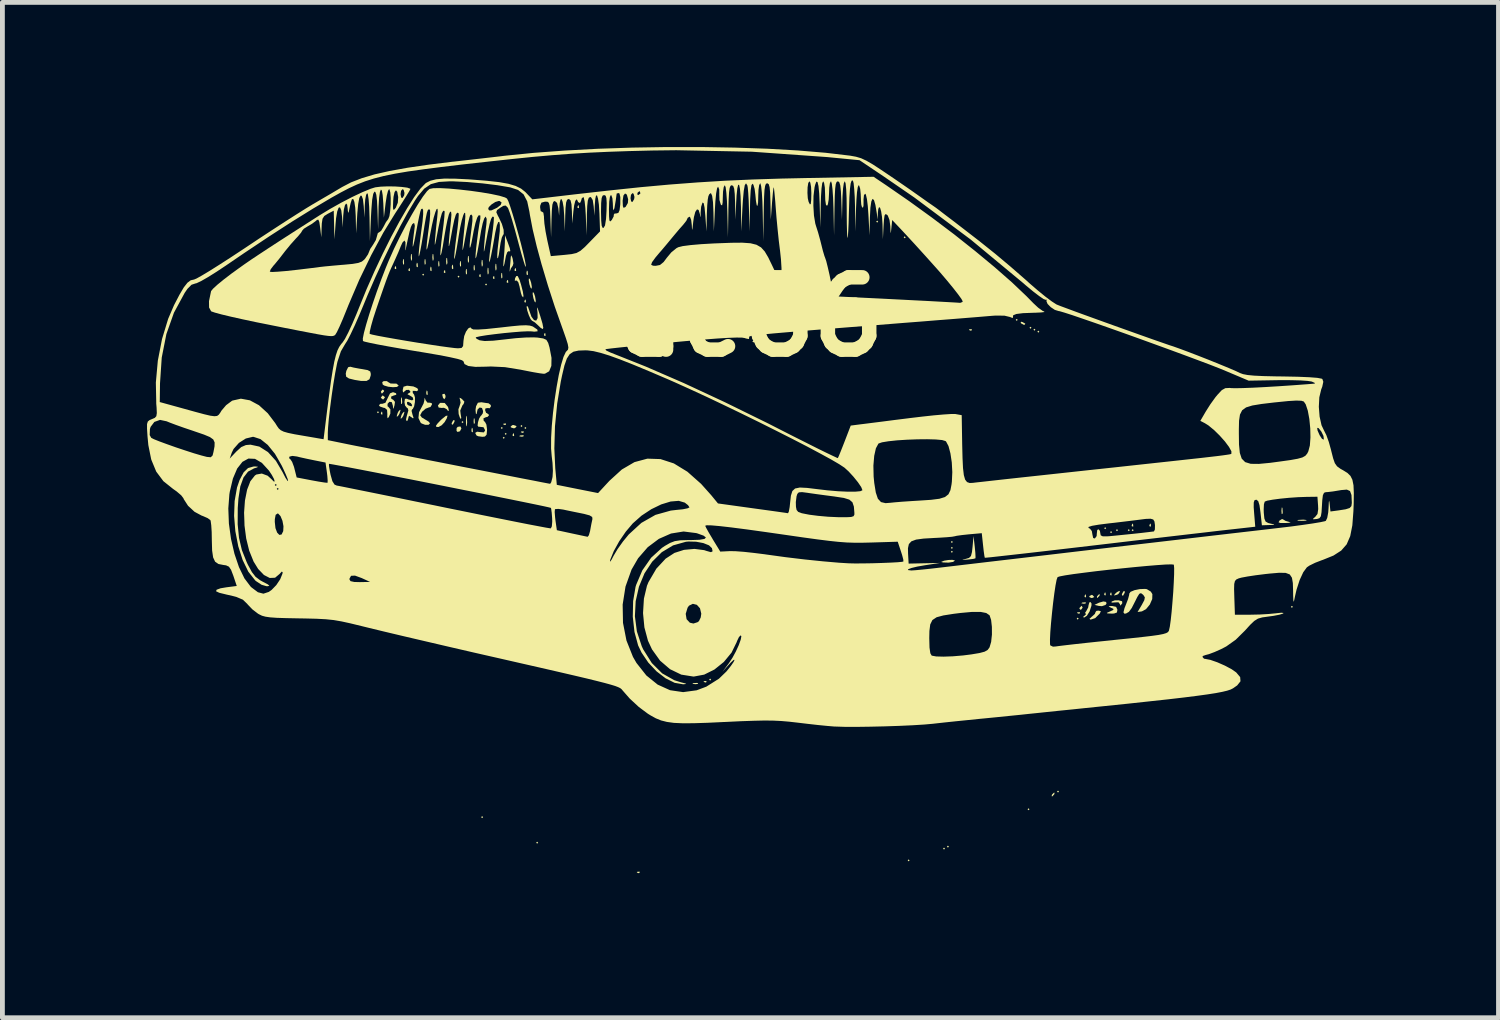
<source format=kicad_pcb>
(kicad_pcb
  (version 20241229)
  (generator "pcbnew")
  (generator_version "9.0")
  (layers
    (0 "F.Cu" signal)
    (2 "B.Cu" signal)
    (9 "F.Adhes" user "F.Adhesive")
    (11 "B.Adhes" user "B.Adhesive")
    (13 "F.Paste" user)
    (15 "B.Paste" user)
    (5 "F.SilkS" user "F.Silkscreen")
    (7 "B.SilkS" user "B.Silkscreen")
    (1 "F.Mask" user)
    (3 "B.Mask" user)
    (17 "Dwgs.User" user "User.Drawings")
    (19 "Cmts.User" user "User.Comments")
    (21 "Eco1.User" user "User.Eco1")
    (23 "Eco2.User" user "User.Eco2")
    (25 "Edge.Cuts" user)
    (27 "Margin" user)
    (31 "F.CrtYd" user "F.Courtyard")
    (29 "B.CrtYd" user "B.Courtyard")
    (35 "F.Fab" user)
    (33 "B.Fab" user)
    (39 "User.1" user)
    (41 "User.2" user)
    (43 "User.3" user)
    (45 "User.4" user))
  (footprint "ae86"
    (layer "F.Cu")
    (at 12.516 3.524)
    (property "Reference" "ae86" (at 0 0 0) (layer "F.SilkS") (effects (font (size 1.5 1.5) (thickness 0.3))))
    (attr board_only exclude_from_pos_files exclude_from_bom)
    (fp_poly (pts (xy -7.706 1.977) (xy -7.726 1.998) (xy -7.746 1.977) (xy -7.726 1.957)) (stroke (width 0) (type solid)) (fill yes) (layer "F.SilkS"))
    (fp_poly (pts (xy -6.768 -0.877) (xy -6.788 -0.856) (xy -6.809 -0.877) (xy -6.788 -0.897)) (stroke (width 0) (type solid)) (fill yes) (layer "F.SilkS"))
    (fp_poly (pts (xy -6.034 -0.836) (xy -6.054 -0.815) (xy -6.075 -0.836) (xy -6.054 -0.856)) (stroke (width 0) (type solid)) (fill yes) (layer "F.SilkS"))
    (fp_poly (pts (xy -5.952 2.181) (xy -5.973 2.202) (xy -5.993 2.181) (xy -5.973 2.161)) (stroke (width 0) (type solid)) (fill yes) (layer "F.SilkS"))
    (fp_poly (pts (xy -5.545 10.376) (xy -5.565 10.396) (xy -5.586 10.376) (xy -5.565 10.356)) (stroke (width 0) (type solid)) (fill yes) (layer "F.SilkS"))
    (fp_poly (pts (xy -5.463 -0.673) (xy -5.484 -0.652) (xy -5.504 -0.673) (xy -5.484 -0.693)) (stroke (width 0) (type solid)) (fill yes) (layer "F.SilkS"))
    (fp_poly (pts (xy -5.137 2.304) (xy -5.157 2.324) (xy -5.178 2.304) (xy -5.157 2.283)) (stroke (width 0) (type solid)) (fill yes) (layer "F.SilkS"))
    (fp_poly (pts (xy -5.096 2.507) (xy -5.117 2.528) (xy -5.137 2.507) (xy -5.117 2.487)) (stroke (width 0) (type solid)) (fill yes) (layer "F.SilkS"))
    (fp_poly (pts (xy -5.056 2.426) (xy -5.076 2.446) (xy -5.096 2.426) (xy -5.076 2.405)) (stroke (width 0) (type solid)) (fill yes) (layer "F.SilkS"))
    (fp_poly (pts (xy -4.729 2.263) (xy -4.75 2.283) (xy -4.77 2.263) (xy -4.75 2.242)) (stroke (width 0) (type solid)) (fill yes) (layer "F.SilkS"))
    (fp_poly (pts (xy -4.648 2.304) (xy -4.668 2.324) (xy -4.689 2.304) (xy -4.668 2.283)) (stroke (width 0) (type solid)) (fill yes) (layer "F.SilkS"))
    (fp_poly (pts (xy -4.403 10.906) (xy -4.424 10.926) (xy -4.444 10.906) (xy -4.424 10.886)) (stroke (width 0) (type solid)) (fill yes) (layer "F.SilkS"))
    (fp_poly (pts (xy -0.815 7.522) (xy -0.836 7.543) (xy -0.856 7.522) (xy -0.836 7.502)) (stroke (width 0) (type solid)) (fill yes) (layer "F.SilkS"))
    (fp_poly (pts (xy 0.082 0.51) (xy 0.061 0.53) (xy 0.041 0.51) (xy 0.061 0.489)) (stroke (width 0) (type solid)) (fill yes) (layer "F.SilkS"))
    (fp_poly (pts (xy 0.163 0.55) (xy 0.143 0.571) (xy 0.122 0.55) (xy 0.143 0.53)) (stroke (width 0) (type solid)) (fill yes) (layer "F.SilkS"))
    (fp_poly (pts (xy 0.245 0.591) (xy 0.224 0.612) (xy 0.204 0.591) (xy 0.224 0.571)) (stroke (width 0) (type solid)) (fill yes) (layer "F.SilkS"))
    (fp_poly (pts (xy 0.326 0.632) (xy 0.306 0.652) (xy 0.285 0.632) (xy 0.306 0.612)) (stroke (width 0) (type solid)) (fill yes) (layer "F.SilkS"))
    (fp_poly (pts (xy 2.65 -1.977) (xy 2.63 -1.957) (xy 2.609 -1.977) (xy 2.63 -1.998)) (stroke (width 0) (type solid)) (fill yes) (layer "F.SilkS"))
    (fp_poly (pts (xy 3.221 -1.651) (xy 3.2 -1.631) (xy 3.18 -1.651) (xy 3.2 -1.672)) (stroke (width 0) (type solid)) (fill yes) (layer "F.SilkS"))
    (fp_poly (pts (xy 3.302 11.273) (xy 3.282 11.293) (xy 3.262 11.273) (xy 3.282 11.253)) (stroke (width 0) (type solid)) (fill yes) (layer "F.SilkS"))
    (fp_poly (pts (xy 4.036 11.028) (xy 4.016 11.049) (xy 3.996 11.028) (xy 4.016 11.008)) (stroke (width 0) (type solid)) (fill yes) (layer "F.SilkS"))
    (fp_poly (pts (xy 4.118 10.988) (xy 4.097 11.008) (xy 4.077 10.988) (xy 4.097 10.967)) (stroke (width 0) (type solid)) (fill yes) (layer "F.SilkS"))
    (fp_poly (pts (xy 4.199 4.668) (xy 4.179 4.689) (xy 4.159 4.668) (xy 4.179 4.648)) (stroke (width 0) (type solid)) (fill yes) (layer "F.SilkS"))
    (fp_poly (pts (xy 4.199 4.791) (xy 4.179 4.811) (xy 4.159 4.791) (xy 4.179 4.77)) (stroke (width 0) (type solid)) (fill yes) (layer "F.SilkS"))
    (fp_poly (pts (xy 4.199 4.872) (xy 4.179 4.892) (xy 4.159 4.872) (xy 4.179 4.852)) (stroke (width 0) (type solid)) (fill yes) (layer "F.SilkS"))
    (fp_poly (pts (xy 5.545 0.061) (xy 5.524 0.082) (xy 5.504 0.061) (xy 5.524 0.041)) (stroke (width 0) (type solid)) (fill yes) (layer "F.SilkS"))
    (fp_poly (pts (xy 5.789 10.213) (xy 5.769 10.233) (xy 5.749 10.213) (xy 5.769 10.193)) (stroke (width 0) (type solid)) (fill yes) (layer "F.SilkS"))
    (fp_poly (pts (xy 5.83 0.224) (xy 5.81 0.245) (xy 5.789 0.224) (xy 5.81 0.204)) (stroke (width 0) (type solid)) (fill yes) (layer "F.SilkS"))
    (fp_poly (pts (xy 5.912 0.265) (xy 5.891 0.285) (xy 5.871 0.265) (xy 5.891 0.245)) (stroke (width 0) (type solid)) (fill yes) (layer "F.SilkS"))
    (fp_poly (pts (xy 5.993 0.306) (xy 5.973 0.326) (xy 5.952 0.306) (xy 5.973 0.285)) (stroke (width 0) (type solid)) (fill yes) (layer "F.SilkS"))
    (fp_poly (pts (xy 6.401 9.846) (xy 6.381 9.866) (xy 6.36 9.846) (xy 6.381 9.826)) (stroke (width 0) (type solid)) (fill yes) (layer "F.SilkS"))
    (fp_poly (pts (xy 6.809 6.258) (xy 6.788 6.279) (xy 6.768 6.258) (xy 6.788 6.238)) (stroke (width 0) (type solid)) (fill yes) (layer "F.SilkS"))
    (fp_poly (pts (xy 7.379 4.383) (xy 7.359 4.403) (xy 7.339 4.383) (xy 7.359 4.362)) (stroke (width 0) (type solid)) (fill yes) (layer "F.SilkS"))
    (fp_poly (pts (xy 7.502 4.464) (xy 7.481 4.485) (xy 7.461 4.464) (xy 7.481 4.444)) (stroke (width 0) (type solid)) (fill yes) (layer "F.SilkS"))
    (fp_poly (pts (xy 7.624 4.424) (xy 7.604 4.444) (xy 7.583 4.424) (xy 7.604 4.403)) (stroke (width 0) (type solid)) (fill yes) (layer "F.SilkS"))
    (fp_poly (pts (xy 7.869 4.424) (xy 7.848 4.444) (xy 7.828 4.424) (xy 7.848 4.403)) (stroke (width 0) (type solid)) (fill yes) (layer "F.SilkS"))
    (fp_poly (pts (xy 7.95 4.424) (xy 7.93 4.444) (xy 7.909 4.424) (xy 7.93 4.403)) (stroke (width 0) (type solid)) (fill yes) (layer "F.SilkS"))
    (fp_poly (pts (xy 11.253 6.014) (xy 11.232 6.034) (xy 11.212 6.014) (xy 11.232 5.993)) (stroke (width 0) (type solid)) (fill yes) (layer "F.SilkS"))
    (fp_poly (pts (xy -7.638 1.971) (xy -7.633 2.019) (xy -7.638 2.025) (xy -7.662 2.019) (xy -7.665 1.998) (xy -7.65 1.964)) (stroke (width 0) (type solid)) (fill yes) (layer "F.SilkS"))
    (fp_poly (pts (xy -7.352 -1.046) (xy -7.347 -0.998) (xy -7.352 -0.992) (xy -7.377 -0.998) (xy -7.379 -1.019) (xy -7.365 -1.053)) (stroke (width 0) (type solid)) (fill yes) (layer "F.SilkS"))
    (fp_poly (pts (xy -7.189 -1.193) (xy -7.184 -1.109) (xy -7.189 -1.091) (xy -7.204 -1.085) (xy -7.21 -1.142) (xy -7.204 -1.199)) (stroke (width 0) (type solid)) (fill yes) (layer "F.SilkS"))
    (fp_poly (pts (xy -7.067 -1.006) (xy -7.062 -0.957) (xy -7.067 -0.951) (xy -7.091 -0.957) (xy -7.094 -0.978) (xy -7.079 -1.012)) (stroke (width 0) (type solid)) (fill yes) (layer "F.SilkS"))
    (fp_poly (pts (xy -6.903 -1.108) (xy -6.898 -1.045) (xy -6.906 -1.03) (xy -6.925 -1.042) (xy -6.928 -1.084) (xy -6.918 -1.127)) (stroke (width 0) (type solid)) (fill yes) (layer "F.SilkS"))
    (fp_poly (pts (xy -6.741 -1.193) (xy -6.736 -1.109) (xy -6.741 -1.091) (xy -6.756 -1.085) (xy -6.761 -1.142) (xy -6.755 -1.199)) (stroke (width 0) (type solid)) (fill yes) (layer "F.SilkS"))
    (fp_poly (pts (xy -6.699 1.542) (xy -6.694 1.605) (xy -6.702 1.62) (xy -6.721 1.608) (xy -6.724 1.566) (xy -6.714 1.523)) (stroke (width 0) (type solid)) (fill yes) (layer "F.SilkS"))
    (fp_poly (pts (xy -6.618 -1.027) (xy -6.613 -0.963) (xy -6.621 -0.949) (xy -6.639 -0.961) (xy -6.642 -1.002) (xy -6.632 -1.046)) (stroke (width 0) (type solid)) (fill yes) (layer "F.SilkS"))
    (fp_poly (pts (xy -6.456 -1.152) (xy -6.45 -1.068) (xy -6.456 -1.05) (xy -6.47 -1.045) (xy -6.476 -1.101) (xy -6.47 -1.159)) (stroke (width 0) (type solid)) (fill yes) (layer "F.SilkS"))
    (fp_poly (pts (xy -6.333 -0.965) (xy -6.328 -0.917) (xy -6.333 -0.911) (xy -6.357 -0.916) (xy -6.36 -0.938) (xy -6.345 -0.971)) (stroke (width 0) (type solid)) (fill yes) (layer "F.SilkS"))
    (fp_poly (pts (xy -6.169 -1.068) (xy -6.164 -1.004) (xy -6.172 -0.99) (xy -6.191 -1.002) (xy -6.194 -1.043) (xy -6.184 -1.087)) (stroke (width 0) (type solid)) (fill yes) (layer "F.SilkS"))
    (fp_poly (pts (xy -6.007 -1.152) (xy -6.002 -1.068) (xy -6.007 -1.05) (xy -6.022 -1.045) (xy -6.028 -1.101) (xy -6.021 -1.159)) (stroke (width 0) (type solid)) (fill yes) (layer "F.SilkS"))
    (fp_poly (pts (xy -5.885 -0.989) (xy -5.879 -0.905) (xy -5.885 -0.887) (xy -5.9 -0.882) (xy -5.905 -0.938) (xy -5.899 -0.996)) (stroke (width 0) (type solid)) (fill yes) (layer "F.SilkS"))
    (fp_poly (pts (xy -5.762 2.316) (xy -5.757 2.38) (xy -5.765 2.394) (xy -5.783 2.382) (xy -5.786 2.341) (xy -5.776 2.297)) (stroke (width 0) (type solid)) (fill yes) (layer "F.SilkS"))
    (fp_poly (pts (xy -5.722 -1.07) (xy -5.716 -0.987) (xy -5.722 -0.968) (xy -5.737 -0.963) (xy -5.742 -1.019) (xy -5.736 -1.077)) (stroke (width 0) (type solid)) (fill yes) (layer "F.SilkS"))
    (fp_poly (pts (xy -5.722 2.11) (xy -5.716 2.193) (xy -5.722 2.212) (xy -5.737 2.217) (xy -5.742 2.161) (xy -5.736 2.103)) (stroke (width 0) (type solid)) (fill yes) (layer "F.SilkS"))
    (fp_poly (pts (xy -5.599 -0.883) (xy -5.594 -0.835) (xy -5.599 -0.829) (xy -5.623 -0.835) (xy -5.626 -0.856) (xy -5.611 -0.89)) (stroke (width 0) (type solid)) (fill yes) (layer "F.SilkS"))
    (fp_poly (pts (xy -5.314 -0.843) (xy -5.309 -0.794) (xy -5.314 -0.788) (xy -5.338 -0.794) (xy -5.341 -0.815) (xy -5.326 -0.849)) (stroke (width 0) (type solid)) (fill yes) (layer "F.SilkS"))
    (fp_poly (pts (xy -5.151 -0.907) (xy -5.145 -0.824) (xy -5.151 -0.805) (xy -5.166 -0.8) (xy -5.171 -0.856) (xy -5.165 -0.914)) (stroke (width 0) (type solid)) (fill yes) (layer "F.SilkS"))
    (fp_poly (pts (xy -5.069 2.215) (xy -5.075 2.239) (xy -5.096 2.242) (xy -5.13 2.227) (xy -5.123 2.215) (xy -5.075 2.21)) (stroke (width 0) (type solid)) (fill yes) (layer "F.SilkS"))
    (fp_poly (pts (xy -5.028 -0.761) (xy -5.023 -0.713) (xy -5.028 -0.707) (xy -5.053 -0.712) (xy -5.056 -0.734) (xy -5.041 -0.767)) (stroke (width 0) (type solid)) (fill yes) (layer "F.SilkS"))
    (fp_poly (pts (xy -4.906 2.419) (xy -4.901 2.467) (xy -4.906 2.473) (xy -4.93 2.468) (xy -4.933 2.446) (xy -4.918 2.413)) (stroke (width 0) (type solid)) (fill yes) (layer "F.SilkS"))
    (fp_poly (pts (xy -4.865 -1.006) (xy -4.86 -0.957) (xy -4.865 -0.951) (xy -4.89 -0.957) (xy -4.892 -0.978) (xy -4.878 -1.012)) (stroke (width 0) (type solid)) (fill yes) (layer "F.SilkS"))
    (fp_poly (pts (xy -4.702 2.378) (xy -4.708 2.403) (xy -4.729 2.405) (xy -4.763 2.391) (xy -4.757 2.378) (xy -4.708 2.373)) (stroke (width 0) (type solid)) (fill yes) (layer "F.SilkS"))
    (fp_poly (pts (xy -4.7 2.462) (xy -4.712 2.481) (xy -4.753 2.484) (xy -4.797 2.474) (xy -4.778 2.459) (xy -4.714 2.454)) (stroke (width 0) (type solid)) (fill yes) (layer "F.SilkS"))
    (fp_poly (pts (xy -4.661 -0.353) (xy -4.657 -0.305) (xy -4.661 -0.299) (xy -4.686 -0.305) (xy -4.689 -0.326) (xy -4.674 -0.36)) (stroke (width 0) (type solid)) (fill yes) (layer "F.SilkS"))
    (fp_poly (pts (xy -4.62 -0.945) (xy -4.615 -0.882) (xy -4.623 -0.867) (xy -4.642 -0.879) (xy -4.645 -0.921) (xy -4.635 -0.964)) (stroke (width 0) (type solid)) (fill yes) (layer "F.SilkS"))
    (fp_poly (pts (xy -4.254 0.34) (xy -4.249 0.388) (xy -4.254 0.394) (xy -4.278 0.389) (xy -4.281 0.367) (xy -4.266 0.333)) (stroke (width 0) (type solid)) (fill yes) (layer "F.SilkS"))
    (fp_poly (pts (xy -3.561 -2.31) (xy -3.556 -2.262) (xy -3.561 -2.256) (xy -3.585 -2.262) (xy -3.588 -2.283) (xy -3.573 -2.317)) (stroke (width 0) (type solid)) (fill yes) (layer "F.SilkS"))
    (fp_poly (pts (xy -2.297 11.511) (xy -2.302 11.535) (xy -2.324 11.538) (xy -2.357 11.523) (xy -2.351 11.511) (xy -2.303 11.506)) (stroke (width 0) (type solid)) (fill yes) (layer "F.SilkS"))
    (fp_poly (pts (xy -1.091 7.597) (xy -1.085 7.612) (xy -1.142 7.618) (xy -1.199 7.611) (xy -1.193 7.597) (xy -1.109 7.592)) (stroke (width 0) (type solid)) (fill yes) (layer "F.SilkS"))
    (fp_poly (pts (xy -0.911 7.556) (xy -0.916 7.58) (xy -0.938 7.583) (xy -0.971 7.568) (xy -0.965 7.556) (xy -0.917 7.551)) (stroke (width 0) (type solid)) (fill yes) (layer "F.SilkS"))
    (fp_poly (pts (xy 1.006 0.584) (xy 1 0.609) (xy 0.978 0.612) (xy 0.945 0.597) (xy 0.951 0.584) (xy 1 0.579)) (stroke (width 0) (type solid)) (fill yes) (layer "F.SilkS"))
    (fp_poly (pts (xy 4.593 0.258) (xy 4.588 0.282) (xy 4.566 0.285) (xy 4.533 0.27) (xy 4.539 0.258) (xy 4.587 0.253)) (stroke (width 0) (type solid)) (fill yes) (layer "F.SilkS"))
    (fp_poly (pts (xy 6.836 6.129) (xy 6.83 6.153) (xy 6.809 6.156) (xy 6.775 6.141) (xy 6.781 6.129) (xy 6.83 6.124)) (stroke (width 0) (type solid)) (fill yes) (layer "F.SilkS"))
    (fp_poly (pts (xy 6.958 5.762) (xy 6.963 5.811) (xy 6.958 5.817) (xy 6.934 5.811) (xy 6.931 5.789) (xy 6.946 5.756)) (stroke (width 0) (type solid)) (fill yes) (layer "F.SilkS"))
    (fp_poly (pts (xy 6.961 5.928) (xy 6.949 5.946) (xy 6.907 5.949) (xy 6.864 5.939) (xy 6.883 5.925) (xy 6.946 5.92)) (stroke (width 0) (type solid)) (fill yes) (layer "F.SilkS"))
    (fp_poly (pts (xy 7.366 5.721) (xy 7.371 5.77) (xy 7.366 5.776) (xy 7.342 5.77) (xy 7.339 5.749) (xy 7.354 5.715)) (stroke (width 0) (type solid)) (fill yes) (layer "F.SilkS"))
    (fp_poly (pts (xy 7.488 5.721) (xy 7.493 5.77) (xy 7.488 5.776) (xy 7.464 5.77) (xy 7.461 5.749) (xy 7.476 5.715)) (stroke (width 0) (type solid)) (fill yes) (layer "F.SilkS"))
    (fp_poly (pts (xy 7.937 4.294) (xy 7.942 4.343) (xy 7.937 4.349) (xy 7.912 4.343) (xy 7.909 4.322) (xy 7.924 4.288)) (stroke (width 0) (type solid)) (fill yes) (layer "F.SilkS"))
    (fp_poly (pts (xy 8.304 4.294) (xy 8.308 4.343) (xy 8.304 4.349) (xy 8.279 4.343) (xy 8.276 4.322) (xy 8.291 4.288)) (stroke (width 0) (type solid)) (fill yes) (layer "F.SilkS"))
    (fp_poly (pts (xy -6.323 1.639) (xy -6.328 1.677) (xy -6.351 1.708) (xy -6.377 1.677) (xy -6.392 1.617) (xy -6.385 1.601) (xy -6.344 1.594)) (stroke (width 0) (type solid)) (fill yes) (layer "F.SilkS"))
    (fp_poly (pts (xy -6.134 2.147) (xy -6.141 2.179) (xy -6.174 2.236) (xy -6.195 2.227) (xy -6.197 2.204) (xy -6.168 2.149) (xy -6.157 2.141)) (stroke (width 0) (type solid)) (fill yes) (layer "F.SilkS"))
    (fp_poly (pts (xy -5.995 2.313) (xy -6.025 2.372) (xy -6.075 2.386) (xy -6.096 2.364) (xy -6.094 2.304) (xy -6.07 2.28) (xy -6.015 2.272)) (stroke (width 0) (type solid)) (fill yes) (layer "F.SilkS"))
    (fp_poly (pts (xy 5.645 0.107) (xy 5.702 0.14) (xy 5.692 0.161) (xy 5.67 0.163) (xy 5.614 0.133) (xy 5.606 0.123) (xy 5.613 0.1)) (stroke (width 0) (type solid)) (fill yes) (layer "F.SilkS"))
    (fp_poly (pts (xy 7.097 5.771) (xy 7.133 5.81) (xy 7.092 5.829) (xy 7.071 5.83) (xy 7.029 5.81) (xy 7.033 5.789) (xy 7.082 5.765)) (stroke (width 0) (type solid)) (fill yes) (layer "F.SilkS"))
    (fp_poly (pts (xy 7.769 5.694) (xy 7.762 5.726) (xy 7.729 5.784) (xy 7.708 5.774) (xy 7.706 5.751) (xy 7.735 5.696) (xy 7.746 5.688)) (stroke (width 0) (type solid)) (fill yes) (layer "F.SilkS"))
    (fp_poly (pts (xy -7.597 1.533) (xy -7.604 1.549) (xy -7.64 1.588) (xy -7.647 1.59) (xy -7.664 1.559) (xy -7.665 1.549) (xy -7.634 1.51) (xy -7.622 1.509)) (stroke (width 0) (type solid)) (fill yes) (layer "F.SilkS"))
    (fp_poly (pts (xy -7.584 1.662) (xy -7.583 1.672) (xy -7.614 1.711) (xy -7.624 1.712) (xy -7.664 1.681) (xy -7.665 1.672) (xy -7.634 1.632) (xy -7.624 1.631)) (stroke (width 0) (type solid)) (fill yes) (layer "F.SilkS"))
    (fp_poly (pts (xy -7.258 1.937) (xy -7.279 2.004) (xy -7.298 2.039) (xy -7.33 2.071) (xy -7.337 2.059) (xy -7.317 1.992) (xy -7.298 1.957) (xy -7.266 1.924)) (stroke (width 0) (type solid)) (fill yes) (layer "F.SilkS"))
    (fp_poly (pts (xy -7.231 1.676) (xy -7.229 1.683) (xy -7.223 1.771) (xy -7.23 1.805) (xy -7.244 1.806) (xy -7.249 1.742) (xy -7.249 1.733) (xy -7.243 1.67)) (stroke (width 0) (type solid)) (fill yes) (layer "F.SilkS"))
    (fp_poly (pts (xy -7.177 1.977) (xy -7.197 2.044) (xy -7.216 2.079) (xy -7.249 2.112) (xy -7.256 2.1) (xy -7.236 2.033) (xy -7.216 1.998) (xy -7.184 1.965)) (stroke (width 0) (type solid)) (fill yes) (layer "F.SilkS"))
    (fp_poly (pts (xy -7.027 -1.301) (xy -7.025 -1.294) (xy -7.019 -1.205) (xy -7.027 -1.171) (xy -7.04 -1.17) (xy -7.045 -1.234) (xy -7.045 -1.243) (xy -7.039 -1.307)) (stroke (width 0) (type solid)) (fill yes) (layer "F.SilkS"))
    (fp_poly (pts (xy -6.579 -1.301) (xy -6.577 -1.294) (xy -6.571 -1.205) (xy -6.578 -1.171) (xy -6.591 -1.17) (xy -6.597 -1.234) (xy -6.597 -1.243) (xy -6.591 -1.307)) (stroke (width 0) (type solid)) (fill yes) (layer "F.SilkS"))
    (fp_poly (pts (xy -6.293 -1.219) (xy -6.291 -1.212) (xy -6.285 -1.123) (xy -6.293 -1.09) (xy -6.306 -1.088) (xy -6.312 -1.152) (xy -6.311 -1.162) (xy -6.306 -1.225)) (stroke (width 0) (type solid)) (fill yes) (layer "F.SilkS"))
    (fp_poly (pts (xy -5.883 2.069) (xy -5.876 2.188) (xy -5.883 2.253) (xy -5.893 2.272) (xy -5.899 2.221) (xy -5.901 2.161) (xy -5.897 2.073) (xy -5.889 2.048)) (stroke (width 0) (type solid)) (fill yes) (layer "F.SilkS"))
    (fp_poly (pts (xy -5.845 -1.26) (xy -5.843 -1.253) (xy -5.837 -1.164) (xy -5.844 -1.131) (xy -5.858 -1.129) (xy -5.863 -1.193) (xy -5.863 -1.203) (xy -5.857 -1.266)) (stroke (width 0) (type solid)) (fill yes) (layer "F.SilkS"))
    (fp_poly (pts (xy -5.559 -1.178) (xy -5.557 -1.171) (xy -5.551 -1.083) (xy -5.559 -1.049) (xy -5.572 -1.048) (xy -5.578 -1.112) (xy -5.578 -1.121) (xy -5.572 -1.184)) (stroke (width 0) (type solid)) (fill yes) (layer "F.SilkS"))
    (fp_poly (pts (xy -5.437 -1.015) (xy -5.435 -1.008) (xy -5.429 -0.919) (xy -5.436 -0.886) (xy -5.45 -0.885) (xy -5.455 -0.948) (xy -5.455 -0.958) (xy -5.449 -1.021)) (stroke (width 0) (type solid)) (fill yes) (layer "F.SilkS"))
    (fp_poly (pts (xy -5.274 -1.097) (xy -5.272 -1.09) (xy -5.266 -1.001) (xy -5.273 -0.968) (xy -5.287 -0.966) (xy -5.292 -1.03) (xy -5.292 -1.04) (xy -5.286 -1.103)) (stroke (width 0) (type solid)) (fill yes) (layer "F.SilkS"))
    (fp_poly (pts (xy -4.859 2.261) (xy -4.852 2.276) (xy -4.885 2.307) (xy -4.913 2.31) (xy -4.967 2.292) (xy -4.974 2.276) (xy -4.941 2.246) (xy -4.913 2.242)) (stroke (width 0) (type solid)) (fill yes) (layer "F.SilkS"))
    (fp_poly (pts (xy -4.573 -0.781) (xy -4.549 -0.711) (xy -4.534 -0.625) (xy -4.539 -0.584) (xy -4.56 -0.605) (xy -4.584 -0.676) (xy -4.598 -0.761) (xy -4.594 -0.802)) (stroke (width 0) (type solid)) (fill yes) (layer "F.SilkS"))
    (fp_poly (pts (xy -4.491 -0.496) (xy -4.467 -0.425) (xy -4.453 -0.34) (xy -4.457 -0.299) (xy -4.478 -0.32) (xy -4.502 -0.39) (xy -4.517 -0.476) (xy -4.512 -0.516)) (stroke (width 0) (type solid)) (fill yes) (layer "F.SilkS"))
    (fp_poly (pts (xy 6.307 9.893) (xy 6.299 9.907) (xy 6.261 9.946) (xy 6.253 9.948) (xy 6.251 9.922) (xy 6.258 9.907) (xy 6.297 9.868) (xy 6.304 9.866)) (stroke (width 0) (type solid)) (fill yes) (layer "F.SilkS"))
    (fp_poly (pts (xy 6.89 6.025) (xy 6.89 6.034) (xy 6.859 6.073) (xy 6.847 6.075) (xy 6.823 6.05) (xy 6.829 6.034) (xy 6.866 5.995) (xy 6.872 5.993)) (stroke (width 0) (type solid)) (fill yes) (layer "F.SilkS"))
    (fp_poly (pts (xy 7.244 5.775) (xy 7.237 5.789) (xy 7.198 5.828) (xy 7.191 5.83) (xy 7.188 5.804) (xy 7.196 5.789) (xy 7.234 5.75) (xy 7.242 5.749)) (stroke (width 0) (type solid)) (fill yes) (layer "F.SilkS"))
    (fp_poly (pts (xy 7.379 5.912) (xy 7.386 5.949) (xy 7.365 5.975) (xy 7.291 6) (xy 7.228 5.995) (xy 7.137 5.973) (xy 7.234 5.927) (xy 7.321 5.902)) (stroke (width 0) (type solid)) (fill yes) (layer "F.SilkS"))
    (fp_poly (pts (xy 7.665 5.699) (xy 7.632 5.748) (xy 7.604 5.763) (xy 7.551 5.777) (xy 7.543 5.773) (xy 7.569 5.739) (xy 7.604 5.708) (xy 7.653 5.683)) (stroke (width 0) (type solid)) (fill yes) (layer "F.SilkS"))
    (fp_poly (pts (xy 11.034 3.959) (xy 11.036 3.966) (xy 11.042 4.055) (xy 11.035 4.088) (xy 11.021 4.089) (xy 11.016 4.026) (xy 11.016 4.016) (xy 11.022 3.953)) (stroke (width 0) (type solid)) (fill yes) (layer "F.SilkS"))
    (fp_poly (pts (xy 11.528 4.212) (xy 11.538 4.223) (xy 11.479 4.229) (xy 11.436 4.23) (xy 11.357 4.226) (xy 11.345 4.217) (xy 11.365 4.211) (xy 11.471 4.205)) (stroke (width 0) (type solid)) (fill yes) (layer "F.SilkS"))
    (fp_poly (pts (xy -6.299 2.106) (xy -6.344 2.183) (xy -6.405 2.248) (xy -6.471 2.284) (xy -6.516 2.28) (xy -6.523 2.259) (xy -6.496 2.218) (xy -6.429 2.146) (xy -6.401 2.12) (xy -6.317 2.052) (xy -6.282 2.048)) (stroke (width 0) (type solid)) (fill yes) (layer "F.SilkS"))
    (fp_poly (pts (xy 4.238 5.051) (xy 4.24 5.057) (xy 4.204 5.082) (xy 4.115 5.096) (xy 4.091 5.096) (xy 3.999 5.093) (xy 3.958 5.084) (xy 3.958 5.082) (xy 4.017 5.057) (xy 4.106 5.042) (xy 4.191 5.039)) (stroke (width 0) (type solid)) (fill yes) (layer "F.SilkS"))
    (fp_poly (pts (xy 7.71 5.898) (xy 7.714 5.938) (xy 7.705 5.952) (xy 7.674 5.989) (xy 7.665 5.958) (xy 7.634 5.919) (xy 7.56 5.922) (xy 7.492 5.927) (xy 7.494 5.903) (xy 7.56 5.879) (xy 7.638 5.878)) (stroke (width 0) (type solid)) (fill yes) (layer "F.SilkS"))
    (fp_poly (pts (xy 11.049 4.2) (xy 11.101 4.231) (xy 11.171 4.251) (xy 11.207 4.263) (xy 11.163 4.272) (xy 11.098 4.275) (xy 10.993 4.275) (xy 10.955 4.261) (xy 10.973 4.228) (xy 10.976 4.224) (xy 11.028 4.192)) (stroke (width 0) (type solid)) (fill yes) (layer "F.SilkS"))
    (fp_poly (pts (xy -6.341 1.785) (xy -6.276 1.863) (xy -6.267 1.886) (xy -6.254 1.949) (xy -6.277 1.945) (xy -6.301 1.913) (xy -6.358 1.885) (xy -6.406 1.888) (xy -6.467 1.88) (xy -6.482 1.836) (xy -6.442 1.788) (xy -6.428 1.782)) (stroke (width 0) (type solid)) (fill yes) (layer "F.SilkS"))
    (fp_poly (pts (xy -4.941 -1.237) (xy -4.931 -1.204) (xy -4.916 -1.112) (xy -4.93 -1.062) (xy -4.968 -1.007) (xy -4.985 -0.958) (xy -4.994 -0.939) (xy -4.992 -0.99) (xy -4.99 -1.019) (xy -4.978 -1.142) (xy -4.971 -1.241) (xy -4.971 -1.243) (xy -4.962 -1.279)) (stroke (width 0) (type solid)) (fill yes) (layer "F.SilkS"))
    (fp_poly (pts (xy 7.269 6.103) (xy 7.25 6.148) (xy 7.245 6.155) (xy 7.152 6.248) (xy 7.06 6.278) (xy 7.054 6.278) (xy 7.033 6.262) (xy 7.085 6.215) (xy 7.086 6.215) (xy 7.146 6.159) (xy 7.159 6.122) (xy 7.177 6.098) (xy 7.217 6.092)) (stroke (width 0) (type solid)) (fill yes) (layer "F.SilkS"))
    (fp_poly (pts (xy -7.54 1.332) (xy -7.52 1.348) (xy -7.462 1.382) (xy -7.448 1.382) (xy -7.341 1.384) (xy -7.298 1.422) (xy -7.298 1.427) (xy -7.332 1.452) (xy -7.414 1.458) (xy -7.512 1.448) (xy -7.597 1.423) (xy -7.628 1.401) (xy -7.637 1.352) (xy -7.606 1.332)) (stroke (width 0) (type solid)) (fill yes) (layer "F.SilkS"))
    (fp_poly (pts (xy 7.586 6.014) (xy 7.613 6.075) (xy 7.602 6.132) (xy 7.542 6.153) (xy 7.489 6.154) (xy 7.403 6.15) (xy 7.393 6.139) (xy 7.454 6.112) (xy 7.461 6.109) (xy 7.53 6.076) (xy 7.527 6.054) (xy 7.481 6.033) (xy 7.431 6.008) (xy 7.453 5.998) (xy 7.503 5.996)) (stroke (width 0) (type solid)) (fill yes) (layer "F.SilkS"))
    (fp_poly (pts (xy -6.006 1.687) (xy -5.979 1.708) (xy -5.933 1.758) (xy -5.949 1.806) (xy -5.974 1.836) (xy -6.019 1.942) (xy -6.011 2.013) (xy -5.998 2.091) (xy -6.005 2.12) (xy -6.028 2.086) (xy -6.052 2.014) (xy -6.057 1.916) (xy -6.035 1.856) (xy -6.012 1.778) (xy -6.021 1.728) (xy -6.035 1.676)) (stroke (width 0) (type solid)) (fill yes) (layer "F.SilkS"))
    (fp_poly (pts (xy -4.827 -0.848) (xy -4.788 -0.766) (xy -4.757 -0.667) (xy -4.721 -0.527) (xy -4.707 -0.436) (xy -4.714 -0.405) (xy -4.74 -0.436) (xy -4.76 -0.495) (xy -4.783 -0.598) (xy -4.787 -0.623) (xy -4.813 -0.715) (xy -4.845 -0.755) (xy -4.854 -0.753) (xy -4.888 -0.752) (xy -4.882 -0.801) (xy -4.857 -0.848)) (stroke (width 0) (type solid)) (fill yes) (layer "F.SilkS"))
    (fp_poly (pts (xy 4.654 4.77) (xy 4.666 4.896) (xy 4.67 4.983) (xy 4.667 5.008) (xy 4.622 5.02) (xy 4.527 5.031) (xy 4.498 5.034) (xy 4.41 5.039) (xy 4.399 5.035) (xy 4.463 5.02) (xy 4.464 5.02) (xy 4.535 4.999) (xy 4.575 4.959) (xy 4.596 4.877) (xy 4.608 4.77) (xy 4.628 4.546)) (stroke (width 0) (type solid)) (fill yes) (layer "F.SilkS"))
    (fp_poly (pts (xy 7.076 5.945) (xy 7.074 5.991) (xy 7.036 6.109) (xy 6.979 6.2) (xy 6.921 6.237) (xy 6.919 6.237) (xy 6.901 6.222) (xy 6.931 6.197) (xy 6.964 6.164) (xy 6.953 6.157) (xy 6.943 6.134) (xy 6.964 6.107) (xy 7.007 6.026) (xy 7.013 5.985) (xy 7.03 5.923) (xy 7.051 5.912)) (stroke (width 0) (type solid)) (fill yes) (layer "F.SilkS"))
    (fp_poly (pts (xy -8.229 1.051) (xy -8.112 1.073) (xy -8.055 1.082) (xy -7.94 1.103) (xy -7.886 1.132) (xy -7.874 1.183) (xy -7.877 1.218) (xy -7.902 1.293) (xy -7.963 1.328) (xy -8.076 1.328) (xy -8.206 1.307) (xy -8.328 1.277) (xy -8.385 1.24) (xy -8.394 1.178) (xy -8.382 1.119) (xy -8.344 1.043) (xy -8.3 1.033)) (stroke (width 0) (type solid)) (fill yes) (layer "F.SilkS"))
    (fp_poly (pts (xy -5.035 -1.549) (xy -4.991 -1.426) (xy -4.98 -1.365) (xy -5 -1.358) (xy -5.013 -1.365) (xy -5.043 -1.345) (xy -5.071 -1.266) (xy -5.077 -1.234) (xy -5.102 -1.104) (xy -5.119 -1.046) (xy -5.126 -1.064) (xy -5.121 -1.159) (xy -5.117 -1.198) (xy -5.104 -1.353) (xy -5.095 -1.503) (xy -5.093 -1.545) (xy -5.09 -1.692)) (stroke (width 0) (type solid)) (fill yes) (layer "F.SilkS"))
    (fp_poly (pts (xy -4.614 -0.209) (xy -4.588 -0.135) (xy -4.542 -0.005) (xy -4.489 0.066) (xy -4.443 0.077) (xy -4.414 0.024) (xy -4.416 -0.092) (xy -4.426 -0.177) (xy -4.422 -0.198) (xy -4.403 -0.15) (xy -4.363 -0.028) (xy -4.36 -0.02) (xy -4.313 0.139) (xy -4.296 0.228) (xy -4.31 0.253) (xy -4.358 0.221) (xy -4.397 0.182) (xy -4.471 0.114) (xy -4.524 0.082) (xy -4.527 0.082) (xy -4.559 0.047) (xy -4.596 -0.034) (xy -4.628 -0.129) (xy -4.642 -0.206) (xy -4.636 -0.229)) (stroke (width 0) (type solid)) (fill yes) (layer "F.SilkS"))
    (fp_poly (pts (xy -6.745 1.703) (xy -6.739 1.726) (xy -6.698 1.779) (xy -6.662 1.778) (xy -6.612 1.787) (xy -6.605 1.816) (xy -6.637 1.869) (xy -6.663 1.875) (xy -6.738 1.904) (xy -6.812 1.968) (xy -6.849 2.037) (xy -6.849 2.042) (xy -6.816 2.086) (xy -6.748 2.127) (xy -6.673 2.173) (xy -6.646 2.208) (xy -6.677 2.238) (xy -6.747 2.238) (xy -6.821 2.21) (xy -6.841 2.193) (xy -6.886 2.097) (xy -6.874 1.977) (xy -6.83 1.893) (xy -6.78 1.797) (xy -6.764 1.733) (xy -6.758 1.678)) (stroke (width 0) (type solid)) (fill yes) (layer "F.SilkS"))
    (fp_poly (pts (xy 8.223 5.647) (xy 8.306 5.698) (xy 8.338 5.75) (xy 8.335 5.852) (xy 8.285 5.966) (xy 8.206 6.062) (xy 8.121 6.108) (xy 8.031 6.121) (xy 8.119 5.973) (xy 8.171 5.875) (xy 8.182 5.818) (xy 8.153 5.771) (xy 8.142 5.76) (xy 8.102 5.73) (xy 8.067 5.743) (xy 8.025 5.811) (xy 7.983 5.895) (xy 7.91 6.038) (xy 7.851 6.118) (xy 7.792 6.152) (xy 7.758 6.156) (xy 7.738 6.128) (xy 7.76 6.041) (xy 7.788 5.971) (xy 7.833 5.854) (xy 7.857 5.765) (xy 7.858 5.74) (xy 7.886 5.702) (xy 7.968 5.668) (xy 8.077 5.646) (xy 8.185 5.642)) (stroke (width 0) (type solid)) (fill yes) (layer "F.SilkS"))
    (fp_poly (pts (xy -7.35 1.583) (xy -7.346 1.615) (xy -7.4 1.631) (xy -7.454 1.654) (xy -7.449 1.697) (xy -7.408 1.72) (xy -7.373 1.762) (xy -7.383 1.835) (xy -7.404 1.903) (xy -7.413 1.895) (xy -7.416 1.845) (xy -7.439 1.768) (xy -7.487 1.76) (xy -7.527 1.802) (xy -7.527 1.854) (xy -7.509 1.866) (xy -7.468 1.917) (xy -7.469 2.005) (xy -7.501 2.079) (xy -7.527 2.103) (xy -7.533 2.056) (xy -7.531 2.018) (xy -7.537 1.928) (xy -7.583 1.889) (xy -7.614 1.883) (xy -7.686 1.858) (xy -7.706 1.83) (xy -7.673 1.802) (xy -7.634 1.802) (xy -7.571 1.781) (xy -7.525 1.686) (xy -7.525 1.685) (xy -7.475 1.585) (xy -7.413 1.561)) (stroke (width 0) (type solid)) (fill yes) (layer "F.SilkS"))
    (fp_poly (pts (xy -10.214 3.108) (xy -10.233 3.122) (xy -10.297 3.142) (xy -10.421 3.209) (xy -10.515 3.331) (xy -10.581 3.515) (xy -10.62 3.768) (xy -10.634 3.965) (xy -10.636 4.301) (xy -10.608 4.583) (xy -10.548 4.838) (xy -10.449 5.087) (xy -10.423 5.142) (xy -10.34 5.294) (xy -10.263 5.393) (xy -10.169 5.463) (xy -10.113 5.494) (xy -10.012 5.547) (xy -9.978 5.575) (xy -10.006 5.585) (xy -10.037 5.586) (xy -10.14 5.556) (xy -10.254 5.481) (xy -10.271 5.467) (xy -10.415 5.285) (xy -10.533 5.042) (xy -10.624 4.757) (xy -10.684 4.446) (xy -10.71 4.128) (xy -10.699 3.82) (xy -10.65 3.54) (xy -10.596 3.383) (xy -10.512 3.224) (xy -10.421 3.135) (xy -10.308 3.103) (xy -10.267 3.102)) (stroke (width 0) (type solid)) (fill yes) (layer "F.SilkS"))
    (fp_poly (pts (xy -5.575 1.771) (xy -5.479 1.786) (xy -5.433 1.791) (xy -5.387 1.827) (xy -5.382 1.854) (xy -5.409 1.895) (xy -5.443 1.89) (xy -5.495 1.897) (xy -5.504 1.932) (xy -5.483 1.989) (xy -5.463 1.998) (xy -5.424 2.029) (xy -5.422 2.039) (xy -5.455 2.075) (xy -5.484 2.079) (xy -5.538 2.104) (xy -5.532 2.156) (xy -5.504 2.181) (xy -5.476 2.235) (xy -5.463 2.334) (xy -5.463 2.347) (xy -5.472 2.443) (xy -5.507 2.481) (xy -5.558 2.487) (xy -5.644 2.476) (xy -5.681 2.46) (xy -5.709 2.406) (xy -5.669 2.381) (xy -5.606 2.389) (xy -5.528 2.395) (xy -5.504 2.355) (xy -5.504 2.349) (xy -5.536 2.288) (xy -5.628 2.278) (xy -5.641 2.28) (xy -5.659 2.254) (xy -5.651 2.186) (xy -5.627 2.108) (xy -5.594 2.053) (xy -5.583 2.045) (xy -5.551 1.999) (xy -5.545 1.954) (xy -5.568 1.889) (xy -5.617 1.879) (xy -5.66 1.921) (xy -5.67 1.967) (xy -5.68 2.018) (xy -5.695 2.006) (xy -5.702 1.928) (xy -5.691 1.854) (xy -5.653 1.78) (xy -5.58 1.77)) (stroke (width 0) (type solid)) (fill yes) (layer "F.SilkS"))
    (fp_poly (pts (xy -6.991 1.442) (xy -6.909 1.48) (xy -6.89 1.517) (xy -6.92 1.541) (xy -6.951 1.535) (xy -7.005 1.533) (xy -7.003 1.577) (xy -6.976 1.612) (xy -6.958 1.672) (xy -6.959 1.765) (xy -6.976 1.856) (xy -7.004 1.911) (xy -7.016 1.916) (xy -7.029 1.948) (xy -7.01 2.024) (xy -6.987 2.096) (xy -7 2.104) (xy -7.032 2.08) (xy -7.081 2.051) (xy -7.094 2.086) (xy -7.094 2.095) (xy -7.113 2.152) (xy -7.131 2.161) (xy -7.144 2.128) (xy -7.126 2.047) (xy -7.121 2.032) (xy -7.095 1.939) (xy -7.108 1.895) (xy -7.125 1.886) (xy -7.164 1.837) (xy -7.176 1.769) (xy -7.176 1.768) (xy -7.123 1.768) (xy -7.121 1.811) (xy -7.094 1.835) (xy -7.03 1.856) (xy -7.016 1.828) (xy -7.045 1.786) (xy -7.101 1.76) (xy -7.123 1.768) (xy -7.176 1.768) (xy -7.167 1.699) (xy -7.127 1.696) (xy -7.097 1.711) (xy -7.018 1.731) (xy -6.992 1.712) (xy -7.005 1.669) (xy -7.061 1.633) (xy -7.113 1.605) (xy -7.104 1.593) (xy -7.057 1.564) (xy -7.053 1.549) (xy -7.082 1.513) (xy -7.139 1.515) (xy -7.187 1.554) (xy -7.189 1.559) (xy -7.206 1.566) (xy -7.213 1.519) (xy -7.196 1.448) (xy -7.125 1.427) (xy -7.118 1.427)) (stroke (width 0) (type solid)) (fill yes) (layer "F.SilkS"))
    (fp_poly (pts (xy -7.372 -2.706) (xy -7.228 -2.696) (xy -7.116 -2.681) (xy -7.057 -2.66) (xy -7.053 -2.653) (xy -7.075 -2.611) (xy -7.133 -2.515) (xy -7.22 -2.377) (xy -7.328 -2.21) (xy -7.362 -2.159) (xy -7.614 -1.749) (xy -7.867 -1.279) (xy -8.112 -0.773) (xy -8.336 -0.25) (xy -8.379 -0.143) (xy -8.455 0.044) (xy -8.524 0.203) (xy -8.579 0.318) (xy -8.614 0.374) (xy -8.617 0.377) (xy -8.637 0.388) (xy -8.661 0.396) (xy -8.698 0.398) (xy -8.757 0.394) (xy -8.845 0.382) (xy -8.972 0.36) (xy -9.147 0.327) (xy -9.377 0.283) (xy -9.672 0.225) (xy -9.953 0.169) (xy -10.253 0.109) (xy -10.53 0.05) (xy -10.772 -0.004) (xy -10.968 -0.051) (xy -11.108 -0.089) (xy -11.181 -0.114) (xy -11.187 -0.118) (xy -11.229 -0.195) (xy -11.231 -0.326) (xy -11.191 -0.518) (xy -11.187 -0.536) (xy -11.148 -0.584) (xy -11.057 -0.668) (xy -10.925 -0.776) (xy -10.767 -0.897) (xy -10.752 -0.908) (xy -10.707 -0.94) (xy -9.969 -0.94) (xy -9.969 -0.938) (xy -9.922 -0.932) (xy -9.805 -0.938) (xy -9.623 -0.953) (xy -9.388 -0.979) (xy -9.107 -1.013) (xy -8.929 -1.036) (xy -8.821 -1.048) (xy -8.662 -1.063) (xy -8.481 -1.079) (xy -8.428 -1.083) (xy -8.25 -1.1) (xy -8.134 -1.12) (xy -8.06 -1.148) (xy -8.008 -1.191) (xy -7.989 -1.214) (xy -7.933 -1.297) (xy -7.909 -1.354) (xy -7.909 -1.355) (xy -7.886 -1.411) (xy -7.83 -1.494) (xy -7.828 -1.497) (xy -7.77 -1.594) (xy -7.746 -1.677) (xy -7.728 -1.74) (xy -7.705 -1.753) (xy -7.66 -1.786) (xy -7.613 -1.865) (xy -7.56 -1.966) (xy -7.512 -2.031) (xy -7.488 -2.092) (xy -7.472 -2.201) (xy -7.466 -2.281) (xy -7.414 -2.281) (xy -7.409 -2.225) (xy -7.389 -2.226) (xy -7.357 -2.263) (xy -7.314 -2.369) (xy -7.306 -2.487) (xy -7.317 -2.546) (xy -7.257 -2.546) (xy -7.244 -2.476) (xy -7.216 -2.467) (xy -7.182 -2.524) (xy -7.176 -2.571) (xy -7.193 -2.636) (xy -7.216 -2.65) (xy -7.247 -2.615) (xy -7.257 -2.546) (xy -7.317 -2.546) (xy -7.325 -2.594) (xy -7.352 -2.627) (xy -7.381 -2.591) (xy -7.403 -2.492) (xy -7.41 -2.405) (xy -7.414 -2.281) (xy -7.466 -2.281) (xy -7.462 -2.334) (xy -7.461 -2.468) (xy -7.469 -2.579) (xy -7.486 -2.643) (xy -7.496 -2.65) (xy -7.518 -2.613) (xy -7.543 -2.515) (xy -7.565 -2.375) (xy -7.568 -2.354) (xy -7.603 -2.059) (xy -7.615 -2.354) (xy -7.628 -2.527) (xy -7.645 -2.622) (xy -7.665 -2.642) (xy -7.685 -2.592) (xy -7.702 -2.474) (xy -7.713 -2.292) (xy -7.714 -2.232) (xy -7.723 -1.814) (xy -7.736 -2.215) (xy -7.746 -2.411) (xy -7.76 -2.534) (xy -7.78 -2.592) (xy -7.799 -2.599) (xy -7.824 -2.553) (xy -7.846 -2.431) (xy -7.862 -2.232) (xy -7.871 -2.076) (xy -7.893 -1.57) (xy -7.901 -2.069) (xy -7.908 -2.282) (xy -7.92 -2.443) (xy -7.935 -2.542) (xy -7.95 -2.569) (xy -7.972 -2.531) (xy -7.99 -2.435) (xy -7.999 -2.314) (xy -8.006 -2.059) (xy -8.021 -2.296) (xy -8.038 -2.443) (xy -8.064 -2.512) (xy -8.085 -2.517) (xy -8.113 -2.468) (xy -8.136 -2.344) (xy -8.154 -2.153) (xy -8.156 -2.117) (xy -8.179 -1.733) (xy -8.187 -2.089) (xy -8.197 -2.265) (xy -8.215 -2.386) (xy -8.239 -2.447) (xy -8.266 -2.441) (xy -8.293 -2.36) (xy -8.294 -2.354) (xy -8.319 -2.241) (xy -8.331 -2.181) (xy -8.344 -2.158) (xy -8.352 -2.21) (xy -8.353 -2.235) (xy -8.365 -2.329) (xy -8.386 -2.353) (xy -8.411 -2.316) (xy -8.433 -2.23) (xy -8.446 -2.103) (xy -8.447 -2.087) (xy -8.455 -1.855) (xy -8.47 -2.072) (xy -8.487 -2.211) (xy -8.513 -2.274) (xy -8.542 -2.265) (xy -8.571 -2.187) (xy -8.595 -2.046) (xy -8.605 -1.933) (xy -8.628 -1.61) (xy -8.636 -1.907) (xy -8.643 -2.204) (xy -8.766 -2.14) (xy -8.839 -2.094) (xy -8.876 -2.036) (xy -8.891 -1.937) (xy -8.894 -1.864) (xy -8.901 -1.651) (xy -8.925 -1.853) (xy -8.942 -1.969) (xy -8.962 -2.017) (xy -8.991 -2.012) (xy -9.01 -1.995) (xy -9.092 -1.933) (xy -9.184 -1.879) (xy -9.262 -1.83) (xy -9.296 -1.792) (xy -9.296 -1.791) (xy -9.322 -1.747) (xy -9.388 -1.668) (xy -9.429 -1.625) (xy -9.539 -1.502) (xy -9.653 -1.363) (xy -9.682 -1.325) (xy -9.775 -1.205) (xy -9.866 -1.094) (xy -9.894 -1.063) (xy -9.951 -0.988) (xy -9.969 -0.94) (xy -10.707 -0.94) (xy -10.626 -0.999) (xy -10.497 -1.091) (xy -10.355 -1.189) (xy -10.191 -1.298) (xy -9.998 -1.425) (xy -9.766 -1.576) (xy -9.488 -1.755) (xy -9.154 -1.969) (xy -8.938 -2.107) (xy -8.721 -2.239) (xy -8.489 -2.369) (xy -8.26 -2.488) (xy -8.05 -2.587) (xy -7.879 -2.658) (xy -7.782 -2.688) (xy -7.671 -2.702) (xy -7.527 -2.708)) (stroke (width 0) (type solid)) (fill yes) (layer "F.SilkS"))
    (fp_poly (pts (xy -6.25 -2.662) (xy -6.033 -2.642) (xy -5.804 -2.616) (xy -5.578 -2.584) (xy -5.373 -2.549) (xy -5.204 -2.513) (xy -5.089 -2.478) (xy -5.049 -2.455) (xy -5.021 -2.4) (xy -4.98 -2.284) (xy -4.929 -2.123) (xy -4.873 -1.932) (xy -4.816 -1.727) (xy -4.761 -1.524) (xy -4.715 -1.337) (xy -4.679 -1.183) (xy -4.66 -1.077) (xy -4.66 -1.034) (xy -4.676 -1.065) (xy -4.707 -1.162) (xy -4.751 -1.312) (xy -4.803 -1.502) (xy -4.832 -1.611) (xy -4.89 -1.824) (xy -4.944 -2.012) (xy -4.991 -2.16) (xy -5.025 -2.251) (xy -5.035 -2.269) (xy -5.076 -2.31) (xy -5.125 -2.304) (xy -5.188 -2.265) (xy -5.256 -2.216) (xy -5.271 -2.172) (xy -5.239 -2.1) (xy -5.22 -2.066) (xy -5.155 -1.929) (xy -5.119 -1.806) (xy -5.117 -1.719) (xy -5.133 -1.695) (xy -5.157 -1.645) (xy -5.182 -1.538) (xy -5.2 -1.417) (xy -5.218 -1.295) (xy -5.236 -1.223) (xy -5.249 -1.216) (xy -5.252 -1.279) (xy -5.244 -1.4) (xy -5.226 -1.555) (xy -5.22 -1.598) (xy -5.199 -1.781) (xy -5.197 -1.907) (xy -5.208 -1.971) (xy -5.23 -1.969) (xy -5.26 -1.896) (xy -5.293 -1.747) (xy -5.3 -1.706) (xy -5.345 -1.449) (xy -5.38 -1.268) (xy -5.405 -1.161) (xy -5.418 -1.132) (xy -5.42 -1.18) (xy -5.408 -1.306) (xy -5.383 -1.51) (xy -5.363 -1.651) (xy -5.341 -1.823) (xy -5.326 -1.963) (xy -5.321 -2.052) (xy -5.323 -2.075) (xy -5.351 -2.08) (xy -5.379 -2.033) (xy -5.41 -1.927) (xy -5.448 -1.751) (xy -5.469 -1.641) (xy -5.501 -1.471) (xy -5.52 -1.376) (xy -5.529 -1.354) (xy -5.529 -1.401) (xy -5.521 -1.509) (xy -5.506 -1.676) (xy -5.488 -1.835) (xy -5.476 -1.926) (xy -5.47 -2.033) (xy -5.49 -2.079) (xy -5.495 -2.079) (xy -5.522 -2.042) (xy -5.553 -1.944) (xy -5.583 -1.806) (xy -5.587 -1.784) (xy -5.63 -1.526) (xy -5.663 -1.347) (xy -5.686 -1.244) (xy -5.7 -1.214) (xy -5.703 -1.23) (xy -5.7 -1.304) (xy -5.688 -1.434) (xy -5.669 -1.595) (xy -5.647 -1.764) (xy -5.624 -1.915) (xy -5.605 -2.024) (xy -5.603 -2.032) (xy -5.601 -2.103) (xy -5.635 -2.11) (xy -5.666 -2.063) (xy -5.703 -1.949) (xy -5.741 -1.782) (xy -5.754 -1.709) (xy -5.786 -1.54) (xy -5.809 -1.449) (xy -5.822 -1.433) (xy -5.824 -1.487) (xy -5.814 -1.609) (xy -5.79 -1.795) (xy -5.788 -1.81) (xy -5.767 -1.99) (xy -5.767 -2.094) (xy -5.789 -2.125) (xy -5.813 -2.11) (xy -5.829 -2.062) (xy -5.855 -1.952) (xy -5.887 -1.796) (xy -5.915 -1.644) (xy -5.944 -1.486) (xy -5.963 -1.399) (xy -5.971 -1.386) (xy -5.97 -1.449) (xy -5.959 -1.588) (xy -5.937 -1.805) (xy -5.924 -1.933) (xy -5.913 -2.08) (xy -5.917 -2.154) (xy -5.933 -2.161) (xy -5.957 -2.108) (xy -5.988 -2.002) (xy -6.022 -1.848) (xy -6.055 -1.654) (xy -6.055 -1.65) (xy -6.085 -1.468) (xy -6.111 -1.322) (xy -6.132 -1.226) (xy -6.144 -1.197) (xy -6.145 -1.242) (xy -6.136 -1.35) (xy -6.119 -1.506) (xy -6.097 -1.673) (xy -6.073 -1.857) (xy -6.057 -2.01) (xy -6.05 -2.115) (xy -6.054 -2.153) (xy -6.083 -2.162) (xy -6.111 -2.12) (xy -6.141 -2.021) (xy -6.176 -1.855) (xy -6.204 -1.701) (xy -6.233 -1.545) (xy -6.251 -1.469) (xy -6.258 -1.474) (xy -6.255 -1.56) (xy -6.24 -1.726) (xy -6.214 -1.973) (xy -6.212 -1.988) (xy -6.202 -2.121) (xy -6.209 -2.182) (xy -6.231 -2.18) (xy -6.255 -2.125) (xy -6.285 -2.008) (xy -6.318 -1.844) (xy -6.348 -1.671) (xy -6.382 -1.46) (xy -6.408 -1.329) (xy -6.425 -1.275) (xy -6.432 -1.297) (xy -6.427 -1.391) (xy -6.41 -1.557) (xy -6.386 -1.753) (xy -6.364 -1.93) (xy -6.349 -2.075) (xy -6.343 -2.17) (xy -6.345 -2.198) (xy -6.372 -2.202) (xy -6.4 -2.151) (xy -6.432 -2.037) (xy -6.471 -1.852) (xy -6.488 -1.763) (xy -6.52 -1.598) (xy -6.539 -1.511) (xy -6.547 -1.497) (xy -6.546 -1.554) (xy -6.542 -1.61) (xy -6.526 -1.789) (xy -6.507 -1.972) (xy -6.497 -2.059) (xy -6.486 -2.188) (xy -6.49 -2.238) (xy -5.44 -2.238) (xy -5.414 -2.208) (xy -5.372 -2.21) (xy -5.291 -2.247) (xy -5.256 -2.264) (xy -5.18 -2.322) (xy -5.161 -2.374) (xy -5.202 -2.404) (xy -5.222 -2.405) (xy -5.291 -2.384) (xy -5.368 -2.335) (xy -5.427 -2.278) (xy -5.44 -2.238) (xy -6.49 -2.238) (xy -6.491 -2.244) (xy -6.509 -2.237) (xy -6.536 -2.172) (xy -6.57 -2.058) (xy -6.606 -1.902) (xy -6.639 -1.733) (xy -6.675 -1.541) (xy -6.701 -1.428) (xy -6.716 -1.392) (xy -6.719 -1.431) (xy -6.71 -1.541) (xy -6.688 -1.721) (xy -6.671 -1.847) (xy -6.651 -2.009) (xy -6.643 -2.137) (xy -6.645 -2.213) (xy -6.65 -2.225) (xy -6.673 -2.232) (xy -6.692 -2.213) (xy -6.711 -2.158) (xy -6.733 -2.054) (xy -6.761 -1.891) (xy -6.791 -1.697) (xy -6.821 -1.515) (xy -6.848 -1.371) (xy -6.868 -1.279) (xy -6.88 -1.254) (xy -6.88 -1.255) (xy -6.881 -1.31) (xy -6.871 -1.428) (xy -6.852 -1.59) (xy -6.831 -1.755) (xy -6.801 -1.981) (xy -6.788 -2.133) (xy -6.789 -2.22) (xy -6.807 -2.248) (xy -6.831 -2.233) (xy -6.847 -2.186) (xy -6.873 -2.076) (xy -6.904 -1.922) (xy -6.929 -1.788) (xy -6.959 -1.628) (xy -6.984 -1.514) (xy -7 -1.459) (xy -7.006 -1.468) (xy -7 -1.57) (xy -6.984 -1.708) (xy -6.976 -1.765) (xy -6.961 -1.89) (xy -6.973 -1.943) (xy -6.988 -1.945) (xy -7.016 -1.922) (xy -7.043 -1.865) (xy -7.073 -1.761) (xy -7.11 -1.595) (xy -7.132 -1.488) (xy -7.152 -1.395) (xy -7.161 -1.38) (xy -7.156 -1.437) (xy -7.155 -1.549) (xy -7.177 -1.585) (xy -7.218 -1.542) (xy -7.256 -1.458) (xy -7.303 -1.342) (xy -7.368 -1.196) (xy -7.402 -1.121) (xy -7.444 -1.031) (xy -7.481 -0.948) (xy -7.518 -0.856) (xy -7.56 -0.743) (xy -7.613 -0.593) (xy -7.682 -0.394) (xy -7.765 -0.151) (xy -7.825 0.033) (xy -7.869 0.189) (xy -7.895 0.3) (xy -7.898 0.351) (xy -7.897 0.352) (xy -7.85 0.366) (xy -7.737 0.39) (xy -7.571 0.421) (xy -7.367 0.457) (xy -7.139 0.496) (xy -6.901 0.535) (xy -6.668 0.571) (xy -6.453 0.604) (xy -6.27 0.629) (xy -6.134 0.646) (xy -6.065 0.651) (xy -5.992 0.644) (xy -5.96 0.605) (xy -5.953 0.511) (xy -5.952 0.496) (xy -5.937 0.397) (xy -5.9 0.306) (xy -5.853 0.239) (xy -5.809 0.216) (xy -5.783 0.244) (xy -5.747 0.26) (xy -5.651 0.262) (xy -5.488 0.252) (xy -5.252 0.227) (xy -5.186 0.22) (xy -4.948 0.193) (xy -4.776 0.177) (xy -4.657 0.173) (xy -4.575 0.18) (xy -4.518 0.197) (xy -4.504 0.205) (xy -4.42 0.262) (xy -4.414 0.298) (xy -4.485 0.306) (xy -4.536 0.3) (xy -4.617 0.298) (xy -4.752 0.304) (xy -4.925 0.318) (xy -5.115 0.336) (xy -5.305 0.358) (xy -5.476 0.38) (xy -5.61 0.402) (xy -5.687 0.42) (xy -5.699 0.426) (xy -5.681 0.453) (xy -5.617 0.485) (xy -5.513 0.5) (xy -5.334 0.493) (xy -5.079 0.465) (xy -5.071 0.464) (xy -4.865 0.441) (xy -4.664 0.427) (xy -4.498 0.424) (xy -4.421 0.428) (xy -4.299 0.446) (xy -4.232 0.476) (xy -4.195 0.539) (xy -4.167 0.634) (xy -4.126 0.849) (xy -4.129 1.016) (xy -4.175 1.128) (xy -4.261 1.177) (xy -4.293 1.179) (xy -4.371 1.169) (xy -4.506 1.146) (xy -4.675 1.113) (xy -4.77 1.094) (xy -5.091 1.042) (xy -5.384 1.028) (xy -5.487 1.032) (xy -5.705 1.036) (xy -5.851 1.018) (xy -5.931 0.978) (xy -5.952 0.922) (xy -5.983 0.899) (xy -6.077 0.87) (xy -6.239 0.834) (xy -6.472 0.789) (xy -6.781 0.736) (xy -6.976 0.704) (xy -7.256 0.657) (xy -7.51 0.612) (xy -7.727 0.572) (xy -7.894 0.538) (xy -8.002 0.513) (xy -8.037 0.5) (xy -8.04 0.447) (xy -8.017 0.331) (xy -7.972 0.163) (xy -7.91 -0.044) (xy -7.834 -0.278) (xy -7.749 -0.526) (xy -7.657 -0.777) (xy -7.564 -1.018) (xy -7.499 -1.175) (xy -7.395 -1.409) (xy -7.275 -1.654) (xy -7.149 -1.898) (xy -7.021 -2.127) (xy -6.901 -2.33) (xy -6.794 -2.495) (xy -6.708 -2.608) (xy -6.657 -2.655) (xy -6.578 -2.67) (xy -6.437 -2.672)) (stroke (width 0) (type solid)) (fill yes) (layer "F.SilkS"))
    (fp_poly (pts (xy -0.321 -3.512) (xy 0.351 -3.489) (xy 0.982 -3.453) (xy 1.559 -3.405) (xy 2.068 -3.345) (xy 2.074 -3.344) (xy 2.19 -3.323) (xy 2.295 -3.292) (xy 2.405 -3.241) (xy 2.54 -3.163) (xy 2.717 -3.047) (xy 2.787 -3) (xy 2.978 -2.871) (xy 3.164 -2.743) (xy 3.326 -2.631) (xy 3.442 -2.549) (xy 3.445 -2.547) (xy 3.574 -2.456) (xy 3.691 -2.373) (xy 3.751 -2.332) (xy 3.847 -2.265) (xy 3.914 -2.215) (xy 3.969 -2.172) (xy 4.074 -2.092) (xy 4.214 -1.986) (xy 4.367 -1.868) (xy 4.744 -1.577) (xy 5.078 -1.31) (xy 5.395 -1.044) (xy 5.72 -0.761) (xy 5.789 -0.698) (xy 5.957 -0.553) (xy 6.116 -0.423) (xy 6.251 -0.322) (xy 6.345 -0.261) (xy 6.36 -0.254) (xy 6.438 -0.223) (xy 6.581 -0.17) (xy 6.775 -0.098) (xy 7.009 -0.013) (xy 7.269 0.081) (xy 7.544 0.18) (xy 7.821 0.279) (xy 8.087 0.374) (xy 8.329 0.46) (xy 8.536 0.532) (xy 8.694 0.587) (xy 8.766 0.61) (xy 8.901 0.658) (xy 9.084 0.726) (xy 9.297 0.808) (xy 9.521 0.896) (xy 9.738 0.984) (xy 9.93 1.063) (xy 10.078 1.127) (xy 10.155 1.164) (xy 10.219 1.187) (xy 10.313 1.205) (xy 10.448 1.218) (xy 10.637 1.227) (xy 10.89 1.233) (xy 11.048 1.235) (xy 11.355 1.241) (xy 11.593 1.251) (xy 11.76 1.264) (xy 11.85 1.281) (xy 11.864 1.288) (xy 11.884 1.345) (xy 11.862 1.447) (xy 11.84 1.505) (xy 11.801 1.668) (xy 11.791 1.865) (xy 11.807 2.068) (xy 11.847 2.247) (xy 11.9 2.359) (xy 11.947 2.452) (xy 11.998 2.594) (xy 12.044 2.759) (xy 12.048 2.777) (xy 12.088 2.934) (xy 12.123 3.034) (xy 12.169 3.099) (xy 12.239 3.15) (xy 12.298 3.183) (xy 12.385 3.237) (xy 12.447 3.298) (xy 12.487 3.378) (xy 12.51 3.493) (xy 12.517 3.655) (xy 12.514 3.877) (xy 12.508 4.031) (xy 12.486 4.323) (xy 12.442 4.547) (xy 12.368 4.718) (xy 12.255 4.847) (xy 12.095 4.95) (xy 11.878 5.038) (xy 11.854 5.046) (xy 11.714 5.1) (xy 11.596 5.158) (xy 11.543 5.194) (xy 11.468 5.296) (xy 11.393 5.458) (xy 11.329 5.656) (xy 11.297 5.794) (xy 11.279 5.881) (xy 11.268 5.91) (xy 11.262 5.873) (xy 11.258 5.765) (xy 11.257 5.682) (xy 11.252 5.52) (xy 11.233 5.41) (xy 11.188 5.342) (xy 11.104 5.31) (xy 10.969 5.307) (xy 10.771 5.324) (xy 10.679 5.334) (xy 10.486 5.358) (xy 10.314 5.384) (xy 10.185 5.408) (xy 10.13 5.423) (xy 10.081 5.445) (xy 10.051 5.478) (xy 10.036 5.539) (xy 10.033 5.646) (xy 10.038 5.816) (xy 10.038 5.82) (xy 10.05 6.177) (xy 10.376 6.177) (xy 10.565 6.173) (xy 10.753 6.162) (xy 10.9 6.148) (xy 10.906 6.147) (xy 11.013 6.136) (xy 11.058 6.141) (xy 11.049 6.153) (xy 10.977 6.176) (xy 10.854 6.2) (xy 10.74 6.216) (xy 10.617 6.233) (xy 10.529 6.258) (xy 10.452 6.306) (xy 10.365 6.389) (xy 10.26 6.505) (xy 10.067 6.696) (xy 9.871 6.835) (xy 9.768 6.889) (xy 9.629 6.951) (xy 9.512 6.995) (xy 9.443 7.013) (xy 9.443 7.013) (xy 9.386 7.033) (xy 9.377 7.053) (xy 9.41 7.09) (xy 9.437 7.094) (xy 9.541 7.114) (xy 9.685 7.164) (xy 9.842 7.233) (xy 9.984 7.309) (xy 10.077 7.374) (xy 10.159 7.471) (xy 10.166 7.558) (xy 10.097 7.644) (xy 10.011 7.704) (xy 9.962 7.729) (xy 9.889 7.753) (xy 9.789 7.777) (xy 9.654 7.803) (xy 9.481 7.83) (xy 9.262 7.86) (xy 8.993 7.894) (xy 8.668 7.932) (xy 8.281 7.974) (xy 7.828 8.023) (xy 7.302 8.077) (xy 6.951 8.113) (xy 6.675 8.142) (xy 6.396 8.17) (xy 6.136 8.197) (xy 5.918 8.22) (xy 5.789 8.233) (xy 5.603 8.253) (xy 5.364 8.277) (xy 5.099 8.304) (xy 4.835 8.33) (xy 4.77 8.336) (xy 4.516 8.362) (xy 4.258 8.388) (xy 4.021 8.413) (xy 3.832 8.434) (xy 3.789 8.439) (xy 3.61 8.455) (xy 3.37 8.47) (xy 3.089 8.483) (xy 2.787 8.493) (xy 2.483 8.5) (xy 2.198 8.504) (xy 1.951 8.503) (xy 1.761 8.497) (xy 1.733 8.496) (xy 1.593 8.484) (xy 1.4 8.465) (xy 1.179 8.44) (xy 0.978 8.416) (xy 0.802 8.396) (xy 0.639 8.382) (xy 0.473 8.374) (xy 0.29 8.372) (xy 0.073 8.377) (xy -0.194 8.386) (xy -0.525 8.402) (xy -0.535 8.402) (xy -0.891 8.419) (xy -1.178 8.428) (xy -1.406 8.429) (xy -1.587 8.421) (xy -1.732 8.401) (xy -1.854 8.37) (xy -1.962 8.326) (xy -2.069 8.267) (xy -2.127 8.231) (xy -2.315 8.091) (xy -2.502 7.918) (xy -2.654 7.745) (xy -2.659 7.738) (xy -2.677 7.718) (xy -2.703 7.699) (xy -2.744 7.679) (xy -2.807 7.655) (xy -2.896 7.628) (xy -3.019 7.594) (xy -3.18 7.553) (xy -3.387 7.502) (xy -3.645 7.441) (xy -3.959 7.368) (xy -4.337 7.281) (xy -4.785 7.179) (xy -5.157 7.094) (xy -5.724 6.965) (xy -6.26 6.841) (xy -6.757 6.725) (xy -7.206 6.62) (xy -7.597 6.527) (xy -7.923 6.448) (xy -8.073 6.411) (xy -8.299 6.356) (xy -8.482 6.316) (xy -8.645 6.288) (xy -8.81 6.271) (xy -9 6.261) (xy -9.239 6.255) (xy -9.369 6.253) (xy -9.629 6.248) (xy -9.822 6.242) (xy -9.961 6.232) (xy -10.059 6.218) (xy -10.132 6.198) (xy -10.191 6.169) (xy -10.214 6.156) (xy -10.33 6.067) (xy -10.426 5.967) (xy -2.65 5.967) (xy -2.643 6.346) (xy -2.571 6.713) (xy -2.436 7.052) (xy -2.364 7.177) (xy -2.158 7.438) (xy -1.924 7.627) (xy -1.668 7.743) (xy -1.396 7.783) (xy -1.115 7.745) (xy -0.915 7.67) (xy -0.652 7.504) (xy -0.497 7.354) (xy -0.406 7.241) (xy -0.349 7.158) (xy -0.328 7.113) (xy -0.347 7.114) (xy -0.408 7.17) (xy -0.452 7.218) (xy -0.578 7.359) (xy -0.448 7.185) (xy -0.373 7.071) (xy -0.302 6.94) (xy -0.242 6.809) (xy -0.202 6.698) (xy -0.195 6.664) (xy 3.71 6.664) (xy 3.715 6.858) (xy 3.732 6.977) (xy 3.761 7.026) (xy 3.761 7.026) (xy 3.854 7.043) (xy 4.007 7.047) (xy 4.2 7.04) (xy 4.413 7.022) (xy 4.586 7) (xy 4.753 6.972) (xy 4.858 6.944) (xy 4.92 6.909) (xy 4.958 6.858) (xy 4.962 6.849) (xy 4.994 6.74) (xy 4.999 6.69) (xy 6.214 6.69) (xy 6.215 6.788) (xy 6.221 6.814) (xy 6.276 6.84) (xy 6.334 6.836) (xy 6.397 6.827) (xy 6.529 6.811) (xy 6.719 6.789) (xy 6.956 6.763) (xy 7.229 6.734) (xy 7.525 6.704) (xy 7.536 6.702) (xy 7.867 6.668) (xy 8.126 6.64) (xy 8.322 6.617) (xy 8.465 6.597) (xy 8.562 6.578) (xy 8.624 6.559) (xy 8.66 6.539) (xy 8.678 6.515) (xy 8.682 6.505) (xy 8.7 6.425) (xy 8.719 6.289) (xy 8.738 6.112) (xy 8.755 5.912) (xy 8.771 5.705) (xy 8.782 5.507) (xy 8.789 5.337) (xy 8.79 5.21) (xy 8.784 5.144) (xy 8.781 5.138) (xy 8.731 5.133) (xy 8.613 5.136) (xy 8.439 5.148) (xy 8.222 5.166) (xy 7.974 5.189) (xy 7.707 5.216) (xy 7.434 5.245) (xy 7.168 5.275) (xy 6.921 5.306) (xy 6.705 5.334) (xy 6.533 5.36) (xy 6.418 5.382) (xy 6.372 5.397) (xy 6.352 5.451) (xy 6.329 5.569) (xy 6.304 5.735) (xy 6.279 5.932) (xy 6.256 6.143) (xy 6.236 6.35) (xy 6.221 6.539) (xy 6.214 6.69) (xy 4.999 6.69) (xy 5.01 6.59) (xy 5.009 6.429) (xy 4.993 6.286) (xy 4.962 6.192) (xy 4.958 6.187) (xy 4.892 6.142) (xy 4.775 6.119) (xy 4.599 6.119) (xy 4.357 6.141) (xy 4.213 6.159) (xy 4.003 6.192) (xy 3.862 6.23) (xy 3.775 6.288) (xy 3.73 6.379) (xy 3.713 6.515) (xy 3.71 6.664) (xy -0.195 6.664) (xy -0.188 6.624) (xy -0.201 6.605) (xy -0.237 6.64) (xy -0.278 6.725) (xy -0.284 6.744) (xy -0.391 6.963) (xy -0.551 7.157) (xy -0.746 7.314) (xy -0.959 7.42) (xy -1.174 7.46) (xy -1.182 7.46) (xy -1.434 7.42) (xy -1.668 7.307) (xy -1.874 7.13) (xy -2.041 6.897) (xy -2.125 6.717) (xy -2.199 6.44) (xy -2.226 6.159) (xy -1.342 6.159) (xy -1.324 6.27) (xy -1.256 6.343) (xy -1.182 6.36) (xy -1.097 6.333) (xy -1.068 6.311) (xy -1.031 6.235) (xy -1.019 6.156) (xy -1.046 6.044) (xy -1.111 5.972) (xy -1.194 5.951) (xy -1.274 5.99) (xy -1.303 6.031) (xy -1.342 6.159) (xy -2.226 6.159) (xy -2.227 6.139) (xy -2.209 5.843) (xy -2.146 5.578) (xy -2.115 5.502) (xy -1.968 5.251) (xy 3.268 5.251) (xy 3.332 5.259) (xy 3.347 5.259) (xy 3.425 5.254) (xy 3.564 5.241) (xy 3.744 5.222) (xy 3.934 5.2) (xy 4.399 5.145) (xy 4.932 5.082) (xy 5.521 5.013) (xy 6.151 4.939) (xy 6.811 4.861) (xy 7.486 4.782) (xy 8.166 4.703) (xy 8.835 4.625) (xy 9.483 4.549) (xy 10.094 4.478) (xy 10.658 4.413) (xy 10.947 4.379) (xy 11.217 4.347) (xy 11.46 4.314) (xy 11.666 4.284) (xy 11.822 4.258) (xy 11.915 4.238) (xy 11.936 4.23) (xy 11.965 4.169) (xy 11.986 4.055) (xy 11.993 3.96) (xy 11.998 3.846) (xy 12.004 3.81) (xy 12.012 3.848) (xy 12.016 3.883) (xy 12.032 4.036) (xy 12.203 4.013) (xy 12.348 3.99) (xy 12.43 3.964) (xy 12.466 3.925) (xy 12.475 3.862) (xy 12.475 3.844) (xy 12.468 3.694) (xy 12.438 3.612) (xy 12.372 3.582) (xy 12.253 3.592) (xy 12.218 3.598) (xy 12.084 3.62) (xy 11.975 3.633) (xy 11.937 3.635) (xy 11.899 3.648) (xy 11.875 3.699) (xy 11.862 3.805) (xy 11.856 3.906) (xy 11.847 4.052) (xy 11.833 4.135) (xy 11.804 4.175) (xy 11.755 4.191) (xy 11.742 4.192) (xy 11.673 4.198) (xy 11.677 4.179) (xy 11.714 4.15) (xy 11.763 4.088) (xy 11.778 3.987) (xy 11.775 3.912) (xy 11.762 3.73) (xy 11.538 3.733) (xy 11.363 3.739) (xy 11.174 3.752) (xy 10.991 3.77) (xy 10.832 3.791) (xy 10.718 3.812) (xy 10.669 3.831) (xy 10.652 3.887) (xy 10.647 3.994) (xy 10.649 4.061) (xy 10.661 4.182) (xy 10.687 4.245) (xy 10.74 4.275) (xy 10.784 4.286) (xy 10.86 4.303) (xy 10.864 4.312) (xy 10.792 4.316) (xy 10.758 4.317) (xy 10.61 4.322) (xy 10.581 4.057) (xy 10.56 3.905) (xy 10.534 3.822) (xy 10.497 3.792) (xy 10.489 3.792) (xy 10.456 3.803) (xy 10.441 3.85) (xy 10.44 3.947) (xy 10.449 4.072) (xy 10.472 4.352) (xy 10.017 4.403) (xy 9.891 4.417) (xy 9.693 4.439) (xy 9.432 4.47) (xy 9.118 4.506) (xy 8.759 4.548) (xy 8.364 4.594) (xy 7.943 4.643) (xy 7.505 4.695) (xy 7.216 4.729) (xy 6.789 4.779) (xy 6.386 4.826) (xy 6.015 4.869) (xy 5.683 4.907) (xy 5.398 4.939) (xy 5.166 4.965) (xy 4.995 4.984) (xy 4.891 4.994) (xy 4.862 4.996) (xy 4.853 4.955) (xy 4.839 4.855) (xy 4.826 4.737) (xy 4.799 4.486) (xy 4.53 4.51) (xy 4.389 4.525) (xy 4.281 4.54) (xy 4.233 4.551) (xy 4.182 4.56) (xy 4.07 4.57) (xy 3.915 4.58) (xy 3.816 4.585) (xy 3.592 4.598) (xy 3.437 4.619) (xy 3.339 4.655) (xy 3.287 4.712) (xy 3.268 4.798) (xy 3.27 4.905) (xy 3.282 5.117) (xy 3.608 5.11) (xy 3.934 5.103) (xy 3.621 5.151) (xy 3.46 5.179) (xy 3.341 5.208) (xy 3.274 5.233) (xy 3.268 5.251) (xy -1.968 5.251) (xy -1.953 5.224) (xy -1.758 5.014) (xy -1.575 4.895) (xy -1.378 4.832) (xy -1.16 4.812) (xy -0.959 4.838) (xy -0.914 4.853) (xy -0.819 4.88) (xy -0.784 4.862) (xy -0.798 4.797) (xy -0.859 4.738) (xy -0.977 4.691) (xy -1.127 4.663) (xy -1.287 4.659) (xy -1.338 4.664) (xy -1.604 4.739) (xy -1.838 4.88) (xy -2.037 5.077) (xy -2.197 5.319) (xy -2.312 5.596) (xy -2.38 5.896) (xy -2.396 6.209) (xy -2.355 6.524) (xy -2.254 6.831) (xy -2.224 6.896) (xy -2.045 7.18) (xy -1.83 7.394) (xy -1.579 7.536) (xy -1.438 7.58) (xy -1.348 7.603) (xy -1.333 7.614) (xy -1.388 7.62) (xy -1.398 7.62) (xy -1.572 7.59) (xy -1.76 7.496) (xy -1.947 7.352) (xy -2.118 7.17) (xy -2.258 6.963) (xy -2.329 6.815) (xy -2.405 6.535) (xy -2.44 6.218) (xy -2.433 5.895) (xy -2.383 5.601) (xy -2.37 5.558) (xy -2.242 5.257) (xy -2.059 4.995) (xy -1.834 4.79) (xy -1.776 4.751) (xy -1.666 4.688) (xy -1.569 4.651) (xy -1.457 4.634) (xy -1.301 4.629) (xy -1.241 4.629) (xy -1.058 4.623) (xy -0.952 4.605) (xy -0.923 4.575) (xy -0.972 4.537) (xy -1.102 4.49) (xy -1.124 4.484) (xy -1.386 4.451) (xy -1.647 4.493) (xy -1.899 4.604) (xy -2.13 4.777) (xy -2.33 5.007) (xy -2.466 5.242) (xy -2.591 5.593) (xy -2.65 5.967) (xy -10.426 5.967) (xy -10.428 5.965) (xy -10.436 5.954) (xy -10.527 5.866) (xy -10.664 5.808) (xy -10.733 5.79) (xy -10.868 5.759) (xy -10.978 5.732) (xy -11.018 5.722) (xy -11.084 5.691) (xy -11.073 5.659) (xy -10.991 5.629) (xy -10.872 5.609) (xy -10.655 5.581) (xy -10.726 5.369) (xy -10.773 5.246) (xy -10.817 5.181) (xy -10.877 5.153) (xy -10.934 5.145) (xy -11.035 5.125) (xy -11.104 5.077) (xy -11.145 4.989) (xy -11.166 4.846) (xy -11.172 4.636) (xy -11.172 4.63) (xy -11.175 4.461) (xy -11.184 4.322) (xy -11.196 4.233) (xy -11.202 4.215) (xy -11.258 4.174) (xy -11.358 4.13) (xy -11.384 4.121) (xy -11.531 4.042) (xy -11.605 3.973) (xy -10.83 3.973) (xy -10.818 4.287) (xy -10.774 4.606) (xy -10.703 4.912) (xy -10.609 5.19) (xy -10.496 5.423) (xy -10.368 5.593) (xy -10.349 5.611) (xy -10.216 5.711) (xy -10.102 5.741) (xy -9.99 5.704) (xy -9.932 5.663) (xy -9.835 5.563) (xy -9.756 5.445) (xy -8.317 5.445) (xy -8.295 5.481) (xy -8.218 5.498) (xy -8.103 5.501) (xy -7.889 5.497) (xy -8.063 5.417) (xy -8.202 5.366) (xy -8.284 5.37) (xy -8.316 5.428) (xy -8.317 5.445) (xy -9.756 5.445) (xy -9.753 5.44) (xy -9.707 5.326) (xy -9.703 5.293) (xy -9.722 5.283) (xy -9.767 5.332) (xy -9.86 5.41) (xy -9.971 5.415) (xy -10.091 5.353) (xy -10.211 5.228) (xy -10.307 5.072) (xy -10.313 5.056) (xy -2.912 5.056) (xy -2.911 5.079) (xy -2.881 5.037) (xy -2.837 4.953) (xy -2.756 4.817) (xy -2.643 4.658) (xy -2.524 4.513) (xy -2.327 4.332) (xy -0.938 4.332) (xy -0.918 4.375) (xy -0.866 4.469) (xy -0.792 4.593) (xy -0.782 4.611) (xy -0.625 4.868) (xy -0.425 4.858) (xy -0.308 4.86) (xy -0.133 4.873) (xy 0.077 4.896) (xy 0.3 4.924) (xy 0.326 4.928) (xy 0.725 4.983) (xy 1.125 5.031) (xy 1.505 5.07) (xy 1.841 5.099) (xy 2.039 5.111) (xy 2.169 5.114) (xy 2.338 5.113) (xy 2.529 5.11) (xy 2.723 5.104) (xy 2.902 5.097) (xy 3.049 5.089) (xy 3.146 5.08) (xy 3.174 5.073) (xy 3.171 5.031) (xy 3.146 4.937) (xy 3.122 4.862) (xy 3.056 4.663) (xy 2.496 4.68) (xy 2.319 4.684) (xy 2.158 4.684) (xy 1.999 4.679) (xy 1.827 4.666) (xy 1.63 4.645) (xy 1.392 4.615) (xy 1.1 4.575) (xy 0.795 4.531) (xy 0.321 4.463) (xy -0.074 4.408) (xy -0.323 4.376) (xy 7.011 4.376) (xy 7.043 4.392) (xy 7.082 4.442) (xy 7.094 4.512) (xy 7.11 4.586) (xy 7.145 4.596) (xy 7.182 4.546) (xy 7.186 4.49) (xy 7.194 4.422) (xy 7.217 4.403) (xy 7.25 4.437) (xy 7.257 4.483) (xy 7.267 4.531) (xy 7.31 4.552) (xy 7.406 4.551) (xy 7.451 4.548) (xy 7.577 4.536) (xy 7.745 4.519) (xy 7.931 4.5) (xy 8.11 4.481) (xy 8.261 4.463) (xy 8.359 4.451) (xy 8.371 4.449) (xy 8.39 4.41) (xy 8.392 4.322) (xy 8.391 4.311) (xy 8.381 4.243) (xy 8.356 4.202) (xy 8.301 4.186) (xy 8.199 4.19) (xy 8.033 4.211) (xy 8.011 4.214) (xy 7.899 4.228) (xy 7.733 4.248) (xy 7.541 4.271) (xy 7.441 4.282) (xy 7.226 4.309) (xy 7.086 4.333) (xy 7.017 4.355) (xy 7.011 4.376) (xy -0.323 4.376) (xy -0.392 4.367) (xy -0.636 4.339) (xy -0.807 4.324) (xy -0.907 4.322) (xy -0.938 4.332) (xy -2.327 4.332) (xy -2.261 4.272) (xy -1.969 4.106) (xy -1.651 4.017) (xy -1.539 4.004) (xy -1.401 3.99) (xy -1.303 3.97) (xy -1.264 3.951) (xy -1.264 3.95) (xy -1.294 3.905) (xy -1.361 3.852) (xy -1.487 3.815) (xy -1.655 3.829) (xy -1.85 3.889) (xy -2.056 3.989) (xy -2.258 4.122) (xy -2.44 4.283) (xy -2.584 4.453) (xy -2.721 4.653) (xy -2.834 4.857) (xy -2.907 5.036) (xy -2.912 5.056) (xy -10.313 5.056) (xy -10.397 4.848) (xy -10.459 4.596) (xy -10.494 4.328) (xy -10.496 4.252) (xy -9.866 4.252) (xy -9.852 4.381) (xy -9.817 4.474) (xy -9.771 4.522) (xy -9.725 4.513) (xy -9.691 4.443) (xy -9.686 4.342) (xy -9.707 4.229) (xy -9.747 4.132) (xy -9.795 4.08) (xy -9.807 4.077) (xy -9.848 4.105) (xy -9.865 4.195) (xy -9.866 4.252) (xy -10.496 4.252) (xy -10.503 4.061) (xy -10.485 3.809) (xy -10.441 3.587) (xy -10.434 3.567) (xy -9.826 3.567) (xy -9.805 3.588) (xy -9.785 3.567) (xy -9.805 3.547) (xy -9.826 3.567) (xy -10.434 3.567) (xy -10.402 3.486) (xy -9.866 3.486) (xy -9.846 3.506) (xy -9.826 3.486) (xy -9.846 3.465) (xy -9.866 3.486) (xy -10.402 3.486) (xy -10.373 3.409) (xy -10.279 3.29) (xy -10.248 3.269) (xy -10.135 3.249) (xy -10.014 3.294) (xy -9.94 3.361) (xy -9.886 3.415) (xy -9.868 3.411) (xy -9.883 3.361) (xy -9.928 3.277) (xy -9.987 3.188) (xy -10.134 3.027) (xy -10.277 2.944) (xy -10.413 2.938) (xy -10.537 3.006) (xy -10.646 3.145) (xy -10.735 3.354) (xy -10.8 3.629) (xy -10.808 3.68) (xy -10.83 3.973) (xy -11.605 3.973) (xy -11.665 3.918) (xy -11.755 3.779) (xy -11.761 3.761) (xy -11.808 3.7) (xy -11.902 3.62) (xy -11.977 3.567) (xy -12.177 3.407) (xy -12.325 3.209) (xy -12.427 2.963) (xy -12.433 2.938) (xy -10.801 2.938) (xy -10.665 2.794) (xy -10.562 2.7) (xy -10.465 2.658) (xy -10.37 2.65) (xy -10.186 2.69) (xy -10.007 2.804) (xy -9.843 2.985) (xy -9.701 3.226) (xy -9.699 3.231) (xy -9.645 3.336) (xy -9.604 3.398) (xy -9.59 3.406) (xy -9.598 3.364) (xy -9.637 3.268) (xy -9.698 3.134) (xy -9.724 3.081) (xy -9.81 2.93) (xy -9.569 2.93) (xy -9.541 2.955) (xy -9.506 3.008) (xy -9.468 3.109) (xy -9.456 3.156) (xy -9.412 3.33) (xy -9.099 3.39) (xy -8.95 3.417) (xy -8.835 3.435) (xy -8.776 3.441) (xy -8.772 3.44) (xy -8.769 3.398) (xy -8.776 3.3) (xy -8.785 3.226) (xy -8.81 3.048) (xy -8.742 3.048) (xy -8.742 3.092) (xy -8.726 3.19) (xy -8.709 3.274) (xy -8.671 3.408) (xy -8.627 3.478) (xy -8.581 3.498) (xy -8.527 3.508) (xy -8.401 3.533) (xy -8.209 3.572) (xy -7.961 3.622) (xy -7.664 3.682) (xy -7.325 3.751) (xy -6.951 3.828) (xy -6.552 3.909) (xy -6.34 3.953) (xy -5.931 4.036) (xy -5.547 4.114) (xy -5.193 4.185) (xy -4.878 4.248) (xy -4.61 4.301) (xy -4.394 4.342) (xy -4.24 4.371) (xy -4.155 4.385) (xy -4.14 4.386) (xy -4.119 4.344) (xy -4.111 4.247) (xy -4.113 4.176) (xy -4.122 4.057) (xy -4.124 4.046) (xy -4.06 4.046) (xy -4.052 4.152) (xy -4.044 4.222) (xy -4.015 4.424) (xy -3.71 4.49) (xy -3.56 4.522) (xy -3.443 4.547) (xy -3.38 4.56) (xy -3.376 4.561) (xy -3.351 4.529) (xy -3.326 4.442) (xy -3.321 4.413) (xy -3.299 4.294) (xy -3.279 4.201) (xy -3.277 4.192) (xy -3.282 4.15) (xy -3.335 4.117) (xy -3.45 4.086) (xy -3.494 4.077) (xy -3.656 4.044) (xy -3.811 4.012) (xy -3.884 3.996) (xy -3.986 3.982) (xy -4.049 3.987) (xy -4.055 3.992) (xy -4.06 4.046) (xy -4.124 4.046) (xy -4.133 3.978) (xy -4.139 3.961) (xy -4.181 3.95) (xy -4.294 3.925) (xy -4.47 3.888) (xy -4.699 3.841) (xy -4.974 3.785) (xy -5.286 3.722) (xy -5.625 3.653) (xy -5.984 3.582) (xy -6.353 3.508) (xy -6.725 3.434) (xy -7.089 3.362) (xy -7.439 3.294) (xy -7.764 3.23) (xy -8.058 3.173) (xy -8.309 3.125) (xy -8.512 3.087) (xy -8.655 3.061) (xy -8.732 3.048) (xy -8.742 3.048) (xy -8.81 3.048) (xy -8.813 3.021) (xy -9.044 2.975) (xy -9.199 2.943) (xy -9.344 2.911) (xy -9.407 2.895) (xy -9.502 2.883) (xy -9.562 2.898) (xy -9.569 2.93) (xy -9.81 2.93) (xy -9.863 2.839) (xy -10.012 2.655) (xy -10.136 2.556) (xy -8.766 2.556) (xy -8.429 2.625) (xy -8.342 2.643) (xy -8.188 2.674) (xy -7.977 2.715) (xy -7.719 2.766) (xy -7.421 2.825) (xy -7.094 2.889) (xy -6.746 2.957) (xy -6.387 3.027) (xy -6.026 3.098) (xy -5.671 3.167) (xy -5.333 3.233) (xy -5.02 3.294) (xy -4.741 3.349) (xy -4.506 3.394) (xy -4.324 3.43) (xy -4.203 3.453) (xy -4.154 3.462) (xy -4.132 3.429) (xy -4.109 3.341) (xy -4.104 3.314) (xy -4.097 3.192) (xy -4.105 3.029) (xy -4.122 2.886) (xy -4.135 2.728) (xy -4.067 2.728) (xy -4.048 3.138) (xy -4.016 3.483) (xy -3.588 3.569) (xy -3.16 3.654) (xy -2.925 3.4) (xy -2.667 3.165) (xy -2.405 3.012) (xy -2.137 2.94) (xy -1.865 2.949) (xy -1.588 3.039) (xy -1.307 3.211) (xy -1.023 3.463) (xy -0.813 3.698) (xy -0.673 3.869) (xy 0.041 3.968) (xy 0.273 4) (xy 0.476 4.028) (xy 0.638 4.051) (xy 0.744 4.066) (xy 0.78 4.072) (xy 0.797 4.038) (xy 0.814 3.945) (xy 0.824 3.851) (xy 0.825 3.841) (xy 0.942 3.841) (xy 0.945 3.94) (xy 0.958 4.004) (xy 0.991 4.044) (xy 1.065 4.072) (xy 1.197 4.098) (xy 1.223 4.103) (xy 1.401 4.126) (xy 1.614 4.145) (xy 1.819 4.154) (xy 1.824 4.154) (xy 1.989 4.155) (xy 2.089 4.15) (xy 2.139 4.134) (xy 2.156 4.104) (xy 2.157 4.067) (xy 2.146 3.933) (xy 2.116 3.845) (xy 2.052 3.79) (xy 1.939 3.755) (xy 1.761 3.728) (xy 1.751 3.726) (xy 1.559 3.701) (xy 1.367 3.675) (xy 1.212 3.653) (xy 1.195 3.65) (xy 1.071 3.634) (xy 1.004 3.639) (xy 0.973 3.671) (xy 0.957 3.721) (xy 0.942 3.841) (xy 0.825 3.841) (xy 0.84 3.707) (xy 0.87 3.612) (xy 0.927 3.559) (xy 1.025 3.539) (xy 1.178 3.547) (xy 1.366 3.57) (xy 1.596 3.597) (xy 1.817 3.616) (xy 2.014 3.625) (xy 2.174 3.625) (xy 2.282 3.615) (xy 2.324 3.595) (xy 2.324 3.594) (xy 2.298 3.529) (xy 2.23 3.429) (xy 2.137 3.314) (xy 2.037 3.205) (xy 1.95 3.126) (xy 1.886 3.084) (xy 2.551 3.084) (xy 2.556 3.311) (xy 2.569 3.445) (xy 2.601 3.643) (xy 2.644 3.771) (xy 2.709 3.841) (xy 2.803 3.863) (xy 2.895 3.856) (xy 2.993 3.846) (xy 3.15 3.833) (xy 3.342 3.82) (xy 3.506 3.81) (xy 3.747 3.794) (xy 3.92 3.772) (xy 4.036 3.736) (xy 4.108 3.679) (xy 4.149 3.594) (xy 4.172 3.474) (xy 4.179 3.416) (xy 4.188 3.219) (xy 4.177 3.017) (xy 4.149 2.83) (xy 4.109 2.679) (xy 4.059 2.585) (xy 4.047 2.575) (xy 3.977 2.554) (xy 3.845 2.542) (xy 3.667 2.537) (xy 3.463 2.539) (xy 3.249 2.547) (xy 3.044 2.56) (xy 2.865 2.579) (xy 2.73 2.601) (xy 2.658 2.626) (xy 2.655 2.629) (xy 2.603 2.725) (xy 2.568 2.882) (xy 2.551 3.084) (xy 1.886 3.084) (xy 1.844 3.056) (xy 1.673 2.956) (xy 1.446 2.832) (xy 1.174 2.687) (xy 0.864 2.527) (xy 0.526 2.356) (xy 0.17 2.178) (xy -0.195 1.999) (xy -0.56 1.823) (xy -0.916 1.654) (xy -1.254 1.498) (xy -1.564 1.358) (xy -1.712 1.293) (xy -2.108 1.124) (xy -2.437 0.987) (xy -2.709 0.88) (xy -2.93 0.8) (xy -3.11 0.745) (xy -3.254 0.71) (xy -3.373 0.695) (xy -3.421 0.693) (xy -3.564 0.698) (xy -3.67 0.721) (xy -3.748 0.772) (xy -3.808 0.864) (xy -3.858 1.008) (xy -3.907 1.215) (xy -3.934 1.345) (xy -4.008 1.798) (xy -4.054 2.269) (xy -4.067 2.728) (xy -4.135 2.728) (xy -4.135 2.721) (xy -4.134 2.507) (xy -4.12 2.26) (xy -4.095 1.992) (xy -4.061 1.718) (xy -4.02 1.451) (xy -3.975 1.204) (xy -3.926 0.992) (xy -3.877 0.829) (xy -3.829 0.727) (xy -3.81 0.707) (xy -3.784 0.679) (xy -3.776 0.635) (xy -3.789 0.562) (xy -3.826 0.444) (xy -3.888 0.267) (xy -3.906 0.217) (xy -4.058 -0.213) (xy -4.199 -0.647) (xy -4.325 -1.069) (xy -4.329 -1.081) (xy -2.059 -1.081) (xy -2.019 -1.062) (xy -1.964 -1.06) (xy -1.876 -1.077) (xy -1.8 -1.139) (xy -1.735 -1.226) (xy -1.641 -1.339) (xy -1.534 -1.426) (xy -1.496 -1.446) (xy -1.403 -1.469) (xy -1.241 -1.49) (xy -1.024 -1.509) (xy -0.764 -1.524) (xy -0.688 -1.527) (xy -0.394 -1.538) (xy -0.168 -1.54) (xy 0.001 -1.528) (xy 0.126 -1.497) (xy 0.221 -1.442) (xy 0.297 -1.358) (xy 0.368 -1.238) (xy 0.445 -1.08) (xy 0.455 -1.059) (xy 0.632 -0.685) (xy 0.645 -0.877) (xy 0.645 -1.012) (xy 0.634 -1.192) (xy 0.614 -1.38) (xy 0.611 -1.401) (xy 0.588 -1.587) (xy 0.564 -1.819) (xy 0.541 -2.061) (xy 0.53 -2.202) (xy 0.522 -2.305) (xy 1.306 -2.305) (xy 1.318 -2.103) (xy 1.346 -1.936) (xy 1.361 -1.886) (xy 1.403 -1.755) (xy 1.448 -1.592) (xy 1.469 -1.509) (xy 1.503 -1.373) (xy 1.535 -1.265) (xy 1.551 -1.223) (xy 1.573 -1.158) (xy 1.604 -1.034) (xy 1.641 -0.874) (xy 1.657 -0.795) (xy 1.733 -0.428) (xy 2.344 -0.398) (xy 2.711 -0.38) (xy 3.063 -0.362) (xy 3.391 -0.345) (xy 3.687 -0.33) (xy 3.94 -0.316) (xy 4.141 -0.305) (xy 4.28 -0.297) (xy 4.349 -0.292) (xy 4.352 -0.292) (xy 4.399 -0.31) (xy 4.403 -0.324) (xy 4.378 -0.372) (xy 4.308 -0.469) (xy 4.204 -0.602) (xy 4.075 -0.759) (xy 3.931 -0.928) (xy 3.854 -1.015) (xy 3.63 -1.265) (xy 3.406 -1.512) (xy 3.203 -1.732) (xy 3.132 -1.808) (xy 2.941 -2.01) (xy 2.925 -1.851) (xy 2.915 -1.759) (xy 2.909 -1.739) (xy 2.905 -1.795) (xy 2.902 -1.881) (xy 2.885 -2.011) (xy 2.85 -2.102) (xy 2.835 -2.118) (xy 2.804 -2.134) (xy 2.783 -2.106) (xy 2.771 -2.021) (xy 2.762 -1.889) (xy 2.748 -1.61) (xy 2.74 -1.924) (xy 2.73 -2.073) (xy 2.712 -2.188) (xy 2.691 -2.26) (xy 2.669 -2.279) (xy 2.652 -2.234) (xy 2.644 -2.153) (xy 2.638 -2.018) (xy 2.623 -2.14) (xy 2.593 -2.323) (xy 2.563 -2.425) (xy 2.533 -2.449) (xy 2.508 -2.395) (xy 2.489 -2.265) (xy 2.479 -2.069) (xy 2.471 -1.692) (xy 2.448 -2.117) (xy 2.435 -2.3) (xy 2.417 -2.445) (xy 2.396 -2.535) (xy 2.383 -2.556) (xy 2.356 -2.529) (xy 2.346 -2.437) (xy 2.347 -2.405) (xy 2.346 -2.308) (xy 2.335 -2.264) (xy 2.329 -2.265) (xy 2.31 -2.29) (xy 2.299 -2.334) (xy 2.293 -2.418) (xy 2.288 -2.548) (xy 2.277 -2.658) (xy 2.256 -2.723) (xy 2.244 -2.732) (xy 2.227 -2.693) (xy 2.211 -2.587) (xy 2.199 -2.428) (xy 2.191 -2.253) (xy 2.178 -1.774) (xy 2.17 -2.291) (xy 2.164 -2.488) (xy 2.153 -2.654) (xy 2.141 -2.773) (xy 2.126 -2.829) (xy 2.125 -2.831) (xy 2.099 -2.825) (xy 2.08 -2.77) (xy 2.065 -2.657) (xy 2.053 -2.479) (xy 2.045 -2.23) (xy 2.042 -2.13) (xy 2.037 -1.941) (xy 2.03 -1.785) (xy 2.022 -1.677) (xy 2.015 -1.634) (xy 2.009 -1.667) (xy 2.004 -1.766) (xy 2 -1.921) (xy 1.998 -2.115) (xy 1.998 -2.215) (xy 1.995 -2.461) (xy 1.987 -2.647) (xy 1.975 -2.767) (xy 1.959 -2.813) (xy 1.957 -2.813) (xy 1.938 -2.775) (xy 1.922 -2.669) (xy 1.911 -2.509) (xy 1.908 -2.416) (xy 1.899 -2.018) (xy 1.886 -2.416) (xy 1.877 -2.605) (xy 1.864 -2.726) (xy 1.845 -2.791) (xy 1.818 -2.813) (xy 1.813 -2.813) (xy 1.788 -2.8) (xy 1.77 -2.753) (xy 1.758 -2.66) (xy 1.75 -2.511) (xy 1.745 -2.293) (xy 1.744 -2.253) (xy 1.735 -1.692) (xy 1.723 -2.253) (xy 1.715 -2.471) (xy 1.703 -2.645) (xy 1.689 -2.763) (xy 1.673 -2.812) (xy 1.67 -2.813) (xy 1.649 -2.776) (xy 1.635 -2.68) (xy 1.631 -2.571) (xy 1.624 -2.437) (xy 1.608 -2.339) (xy 1.59 -2.304) (xy 1.567 -2.326) (xy 1.553 -2.422) (xy 1.549 -2.546) (xy 1.544 -2.685) (xy 1.528 -2.781) (xy 1.509 -2.813) (xy 1.49 -2.774) (xy 1.475 -2.665) (xy 1.464 -2.496) (xy 1.459 -2.334) (xy 1.45 -1.855) (xy 1.437 -2.334) (xy 1.427 -2.559) (xy 1.412 -2.715) (xy 1.392 -2.798) (xy 1.368 -2.807) (xy 1.342 -2.738) (xy 1.33 -2.686) (xy 1.309 -2.51) (xy 1.306 -2.305) (xy 0.522 -2.305) (xy 0.516 -2.388) (xy 0.502 -2.544) (xy 0.499 -2.574) (xy 1.183 -2.574) (xy 1.19 -2.462) (xy 1.207 -2.388) (xy 1.235 -2.333) (xy 1.252 -2.344) (xy 1.261 -2.426) (xy 1.264 -2.569) (xy 1.258 -2.699) (xy 1.242 -2.787) (xy 1.223 -2.813) (xy 1.2 -2.777) (xy 1.186 -2.688) (xy 1.183 -2.574) (xy 0.499 -2.574) (xy 0.491 -2.65) (xy 0.485 -2.691) (xy 0.477 -2.663) (xy 0.466 -2.571) (xy 0.454 -2.432) (xy 0.448 -2.365) (xy 0.423 -2.018) (xy 0.415 -2.395) (xy 0.409 -2.578) (xy 0.398 -2.692) (xy 0.38 -2.753) (xy 0.351 -2.772) (xy 0.347 -2.772) (xy 0.322 -2.761) (xy 0.305 -2.718) (xy 0.292 -2.633) (xy 0.284 -2.494) (xy 0.278 -2.29) (xy 0.276 -2.171) (xy 0.267 -1.57) (xy 0.255 -2.171) (xy 0.248 -2.401) (xy 0.237 -2.584) (xy 0.223 -2.711) (xy 0.207 -2.77) (xy 0.203 -2.772) (xy 0.182 -2.735) (xy 0.168 -2.639) (xy 0.163 -2.521) (xy 0.159 -2.372) (xy 0.147 -2.304) (xy 0.131 -2.315) (xy 0.115 -2.406) (xy 0.103 -2.532) (xy 0.087 -2.656) (xy 0.062 -2.742) (xy 0.044 -2.764) (xy 0.022 -2.734) (xy 0.006 -2.626) (xy -0.005 -2.439) (xy -0.009 -2.276) (xy -0.017 -1.774) (xy -0.03 -2.222) (xy -0.036 -2.41) (xy -0.045 -2.57) (xy -0.055 -2.683) (xy -0.063 -2.727) (xy -0.091 -2.771) (xy -0.117 -2.733) (xy -0.138 -2.615) (xy -0.156 -2.416) (xy -0.166 -2.249) (xy -0.189 -1.774) (xy -0.196 -2.281) (xy -0.204 -2.505) (xy -0.217 -2.658) (xy -0.234 -2.737) (xy -0.253 -2.742) (xy -0.271 -2.67) (xy -0.287 -2.521) (xy -0.296 -2.364) (xy -0.31 -2.018) (xy -0.318 -2.375) (xy -0.325 -2.552) (xy -0.337 -2.661) (xy -0.357 -2.716) (xy -0.387 -2.732) (xy -0.413 -2.719) (xy -0.431 -2.674) (xy -0.443 -2.585) (xy -0.451 -2.439) (xy -0.457 -2.225) (xy -0.457 -2.191) (xy -0.466 -1.651) (xy -0.479 -2.191) (xy -0.487 -2.404) (xy -0.499 -2.573) (xy -0.513 -2.686) (xy -0.53 -2.731) (xy -0.531 -2.732) (xy -0.553 -2.695) (xy -0.568 -2.599) (xy -0.572 -2.497) (xy -0.576 -2.37) (xy -0.587 -2.315) (xy -0.608 -2.323) (xy -0.616 -2.336) (xy -0.642 -2.426) (xy -0.646 -2.544) (xy -0.645 -2.548) (xy -0.647 -2.645) (xy -0.668 -2.697) (xy -0.673 -2.7) (xy -0.692 -2.666) (xy -0.711 -2.561) (xy -0.727 -2.395) (xy -0.736 -2.242) (xy -0.758 -1.774) (xy -0.767 -2.171) (xy -0.776 -2.379) (xy -0.794 -2.512) (xy -0.819 -2.569) (xy -0.852 -2.547) (xy -0.872 -2.504) (xy -0.885 -2.435) (xy -0.896 -2.308) (xy -0.903 -2.148) (xy -0.904 -2.107) (xy -0.912 -1.774) (xy -0.935 -2.1) (xy -0.951 -2.268) (xy -0.969 -2.358) (xy -0.991 -2.373) (xy -0.996 -2.366) (xy -1.022 -2.286) (xy -1.032 -2.172) (xy -1.032 -2.162) (xy -1.032 -2.08) (xy -1.038 -2.077) (xy -1.048 -2.133) (xy -1.074 -2.218) (xy -1.107 -2.231) (xy -1.143 -2.179) (xy -1.172 -2.07) (xy -1.186 -1.974) (xy -1.199 -1.851) (xy -1.207 -1.804) (xy -1.212 -1.83) (xy -1.216 -1.906) (xy -1.229 -2.012) (xy -1.253 -2.073) (xy -1.264 -2.079) (xy -1.304 -2.053) (xy -1.305 -2.044) (xy -1.33 -1.993) (xy -1.391 -1.916) (xy -1.396 -1.91) (xy -1.476 -1.82) (xy -1.577 -1.7) (xy -1.631 -1.635) (xy -1.737 -1.507) (xy -1.844 -1.38) (xy -1.887 -1.331) (xy -1.97 -1.232) (xy -2.032 -1.147) (xy -2.042 -1.131) (xy -2.059 -1.081) (xy -4.329 -1.081) (xy -4.433 -1.464) (xy -4.517 -1.817) (xy -4.574 -2.115) (xy -4.585 -2.186) (xy -4.603 -2.271) (xy -4.362 -2.271) (xy -4.351 -2.195) (xy -4.322 -2.181) (xy -4.295 -2.163) (xy -4.282 -2.079) (xy -4.282 -2.051) (xy -4.273 -1.935) (xy -4.249 -1.772) (xy -4.215 -1.597) (xy -4.211 -1.578) (xy -4.14 -1.261) (xy -3.854 -1.287) (xy -3.708 -1.303) (xy -3.608 -1.326) (xy -3.526 -1.371) (xy -3.435 -1.45) (xy -3.343 -1.544) (xy -3.119 -1.774) (xy -3.132 -2.151) (xy -3.134 -2.178) (xy -3.099 -2.178) (xy -3.095 -2) (xy -3.085 -1.893) (xy -3.065 -1.847) (xy -3.048 -1.845) (xy -3.016 -1.897) (xy -2.995 -2.03) (xy -2.985 -2.195) (xy -2.984 -2.238) (xy -2.934 -2.238) (xy -2.934 -2.232) (xy -2.932 -2.083) (xy -2.925 -2.003) (xy -2.91 -1.98) (xy -2.883 -2.003) (xy -2.874 -2.014) (xy -2.836 -2.085) (xy -2.834 -2.121) (xy -2.818 -2.144) (xy -2.782 -2.146) (xy -2.739 -2.158) (xy -2.714 -2.213) (xy -2.7 -2.33) (xy -2.699 -2.354) (xy -2.699 -2.404) (xy -2.65 -2.404) (xy -2.646 -2.3) (xy -2.631 -2.262) (xy -2.595 -2.278) (xy -2.587 -2.285) (xy -2.542 -2.363) (xy -2.536 -2.44) (xy -2.543 -2.464) (xy -2.487 -2.464) (xy -2.474 -2.395) (xy -2.446 -2.385) (xy -2.412 -2.443) (xy -2.405 -2.489) (xy -2.423 -2.554) (xy -2.446 -2.569) (xy -2.344 -2.569) (xy -2.341 -2.531) (xy -2.326 -2.528) (xy -2.285 -2.557) (xy -2.283 -2.569) (xy -2.297 -2.608) (xy -2.301 -2.609) (xy -2.336 -2.581) (xy -2.344 -2.569) (xy -2.446 -2.569) (xy -2.477 -2.534) (xy -2.487 -2.464) (xy -2.543 -2.464) (xy -2.563 -2.537) (xy -2.6 -2.561) (xy -2.634 -2.518) (xy -2.65 -2.411) (xy -2.65 -2.404) (xy -2.699 -2.404) (xy -2.699 -2.486) (xy -2.716 -2.559) (xy -2.729 -2.569) (xy -2.772 -2.561) (xy -2.774 -2.558) (xy -2.78 -2.516) (xy -2.793 -2.421) (xy -2.799 -2.385) (xy -2.82 -2.259) (xy -2.838 -2.211) (xy -2.85 -2.244) (xy -2.854 -2.356) (xy -2.854 -2.358) (xy -2.863 -2.462) (xy -2.884 -2.522) (xy -2.895 -2.528) (xy -2.915 -2.49) (xy -2.929 -2.388) (xy -2.934 -2.238) (xy -2.984 -2.238) (xy -2.981 -2.362) (xy -2.987 -2.463) (xy -3.003 -2.514) (xy -3.034 -2.528) (xy -3.036 -2.528) (xy -3.067 -2.514) (xy -3.086 -2.464) (xy -3.096 -2.362) (xy -3.099 -2.195) (xy -3.099 -2.178) (xy -3.134 -2.178) (xy -3.143 -2.329) (xy -3.161 -2.453) (xy -3.181 -2.518) (xy -3.202 -2.519) (xy -3.218 -2.449) (xy -3.228 -2.314) (xy -3.236 -2.1) (xy -3.251 -2.293) (xy -3.271 -2.424) (xy -3.307 -2.483) (xy -3.325 -2.487) (xy -3.353 -2.471) (xy -3.373 -2.413) (xy -3.385 -2.301) (xy -3.392 -2.122) (xy -3.392 -2.089) (xy -3.401 -1.692) (xy -3.414 -2.089) (xy -3.424 -2.258) (xy -3.438 -2.392) (xy -3.456 -2.472) (xy -3.467 -2.487) (xy -3.502 -2.454) (xy -3.506 -2.426) (xy -3.528 -2.372) (xy -3.547 -2.365) (xy -3.579 -2.387) (xy -3.578 -2.395) (xy -3.598 -2.433) (xy -3.608 -2.437) (xy -3.633 -2.406) (xy -3.656 -2.314) (xy -3.672 -2.192) (xy -3.696 -1.937) (xy -3.703 -2.191) (xy -3.712 -2.338) (xy -3.731 -2.418) (xy -3.763 -2.446) (xy -3.771 -2.446) (xy -3.803 -2.43) (xy -3.823 -2.372) (xy -3.835 -2.258) (xy -3.841 -2.11) (xy -3.849 -1.774) (xy -3.863 -2.11) (xy -3.875 -2.273) (xy -3.895 -2.386) (xy -3.917 -2.443) (xy -3.939 -2.435) (xy -3.956 -2.358) (xy -3.962 -2.273) (xy -3.968 -2.1) (xy -3.984 -2.253) (xy -4.011 -2.365) (xy -4.058 -2.405) (xy -4.059 -2.405) (xy -4.088 -2.388) (xy -4.108 -2.328) (xy -4.119 -2.212) (xy -4.126 -2.028) (xy -4.135 -1.651) (xy -4.148 -2.024) (xy -4.155 -2.199) (xy -4.165 -2.308) (xy -4.181 -2.366) (xy -4.209 -2.389) (xy -4.253 -2.391) (xy -4.262 -2.391) (xy -4.336 -2.37) (xy -4.361 -2.305) (xy -4.362 -2.271) (xy -4.603 -2.271) (xy -4.63 -2.397) (xy -4.705 -2.542) (xy -4.82 -2.634) (xy -4.981 -2.687) (xy -5.246 -2.732) (xy -5.556 -2.77) (xy -5.872 -2.798) (xy -6.159 -2.812) (xy -6.238 -2.813) (xy -6.46 -2.8) (xy -6.629 -2.754) (xy -6.766 -2.661) (xy -6.895 -2.509) (xy -6.956 -2.418) (xy -7.099 -2.18) (xy -7.262 -1.884) (xy -7.437 -1.545) (xy -7.614 -1.182) (xy -7.785 -0.811) (xy -7.942 -0.45) (xy -8.012 -0.28) (xy -8.11 -0.045) (xy -8.205 0.172) (xy -8.292 0.357) (xy -8.362 0.493) (xy -8.409 0.566) (xy -8.495 0.714) (xy -8.566 0.929) (xy -8.579 0.988) (xy -8.614 1.17) (xy -8.651 1.394) (xy -8.687 1.64) (xy -8.719 1.886) (xy -8.745 2.112) (xy -8.761 2.296) (xy -8.766 2.401) (xy -8.766 2.556) (xy -10.136 2.556) (xy -10.162 2.535) (xy -10.306 2.488) (xy -10.321 2.487) (xy -10.467 2.522) (xy -10.61 2.613) (xy -10.721 2.739) (xy -10.757 2.813) (xy -10.801 2.938) (xy -12.433 2.938) (xy -12.489 2.659) (xy -12.506 2.479) (xy -12.508 2.451) (xy -12.461 2.451) (xy -12.429 2.508) (xy -12.375 2.536) (xy -12.26 2.582) (xy -12.102 2.64) (xy -11.919 2.705) (xy -11.727 2.769) (xy -11.545 2.828) (xy -11.389 2.874) (xy -11.277 2.903) (xy -11.273 2.904) (xy -11.194 2.911) (xy -11.156 2.874) (xy -11.138 2.802) (xy -11.116 2.685) (xy -11.114 2.603) (xy -11.142 2.542) (xy -11.212 2.492) (xy -11.334 2.441) (xy -11.521 2.377) (xy -11.558 2.364) (xy -11.748 2.3) (xy -11.917 2.24) (xy -12.047 2.191) (xy -12.11 2.165) (xy -12.246 2.136) (xy -12.364 2.178) (xy -12.442 2.281) (xy -12.456 2.326) (xy -12.461 2.451) (xy -12.508 2.451) (xy -12.516 2.32) (xy -12.516 2.223) (xy -12.5 2.17) (xy -12.463 2.14) (xy -12.415 2.12) (xy -12.355 2.094) (xy -12.323 2.059) (xy -12.313 1.995) (xy -12.318 1.88) (xy -12.325 1.797) (xy -12.325 1.766) (xy -12.252 1.766) (xy -11.762 1.901) (xy -11.513 1.97) (xy -11.33 2.019) (xy -11.203 2.049) (xy -11.118 2.06) (xy -11.063 2.054) (xy -11.028 2.029) (xy -10.998 1.988) (xy -10.971 1.943) (xy -10.876 1.831) (xy -10.758 1.743) (xy -10.743 1.735) (xy -10.569 1.696) (xy -10.383 1.73) (xy -10.194 1.832) (xy -10.012 1.998) (xy -9.858 2.201) (xy -9.818 2.265) (xy -9.783 2.314) (xy -9.742 2.35) (xy -9.681 2.38) (xy -9.59 2.406) (xy -9.455 2.434) (xy -9.264 2.467) (xy -9.006 2.511) (xy -9.003 2.512) (xy -8.854 2.537) (xy -8.832 2.359) (xy -8.781 1.943) (xy -8.737 1.6) (xy -8.699 1.322) (xy -8.664 1.101) (xy -8.632 0.928) (xy -8.599 0.796) (xy -8.566 0.696) (xy -8.529 0.621) (xy -8.488 0.562) (xy -8.459 0.529) (xy -8.411 0.457) (xy -8.342 0.324) (xy -8.259 0.145) (xy -8.17 -0.064) (xy -8.113 -0.205) (xy -7.961 -0.578) (xy -7.796 -0.951) (xy -7.625 -1.314) (xy -7.453 -1.659) (xy -7.283 -1.975) (xy -7.122 -2.253) (xy -6.975 -2.485) (xy -6.846 -2.66) (xy -6.74 -2.77) (xy -6.727 -2.78) (xy -6.639 -2.825) (xy -6.519 -2.855) (xy -6.354 -2.869) (xy -6.134 -2.868) (xy -5.847 -2.854) (xy -5.789 -2.85) (xy -5.466 -2.824) (xy -5.212 -2.796) (xy -5.017 -2.761) (xy -4.87 -2.717) (xy -4.758 -2.662) (xy -4.671 -2.593) (xy -4.657 -2.579) (xy -4.524 -2.439) (xy -3.638 -2.543) (xy -2.927 -2.623) (xy -2.279 -2.691) (xy -1.675 -2.746) (xy -1.097 -2.79) (xy -0.529 -2.825) (xy 0.05 -2.851) (xy 0.655 -2.87) (xy 1.166 -2.881) (xy 2.555 -2.907) (xy 2.817 -2.731) (xy 3.293 -2.402) (xy 3.766 -2.06) (xy 4.227 -1.712) (xy 4.663 -1.366) (xy 5.066 -1.032) (xy 5.425 -0.717) (xy 5.728 -0.429) (xy 5.871 -0.283) (xy 5.97 -0.191) (xy 6.061 -0.126) (xy 6.095 -0.111) (xy 6.097 -0.101) (xy 6.031 -0.093) (xy 5.91 -0.087) (xy 5.864 -0.086) (xy 5.653 -0.078) (xy 5.517 -0.061) (xy 5.45 -0.034) (xy 5.446 0.005) (xy 5.448 0.008) (xy 5.438 0.023) (xy 5.383 0.001) (xy 5.27 -0.026) (xy 5.084 -0.028) (xy 5.001 -0.022) (xy 4.893 -0.013) (xy 4.715 0.002) (xy 4.479 0.021) (xy 4.195 0.044) (xy 3.874 0.069) (xy 3.529 0.097) (xy 3.18 0.124) (xy 2.593 0.171) (xy 2.081 0.211) (xy 1.641 0.246) (xy 1.266 0.276) (xy 0.951 0.302) (xy 0.692 0.324) (xy 0.482 0.342) (xy 0.317 0.358) (xy 0.192 0.37) (xy 0.1 0.381) (xy 0.038 0.391) (xy -0.001 0.399) (xy -0.021 0.407) (xy -0.028 0.416) (xy -0.027 0.424) (xy -0.025 0.43) (xy -0.03 0.459) (xy -0.091 0.448) (xy -0.115 0.439) (xy -0.175 0.429) (xy -0.287 0.428) (xy -0.456 0.434) (xy -0.688 0.448) (xy -0.986 0.471) (xy -1.358 0.503) (xy -1.607 0.526) (xy -1.934 0.556) (xy -2.235 0.585) (xy -2.499 0.612) (xy -2.719 0.635) (xy -2.883 0.653) (xy -2.983 0.666) (xy -3.009 0.672) (xy -2.99 0.697) (xy -2.916 0.733) (xy -2.911 0.735) (xy -2.173 1.029) (xy -1.378 1.374) (xy -0.53 1.769) (xy 0.368 2.21) (xy 0.605 2.331) (xy 0.892 2.477) (xy 1.155 2.609) (xy 1.385 2.725) (xy 1.575 2.818) (xy 1.715 2.885) (xy 1.796 2.923) (xy 1.814 2.928) (xy 1.833 2.887) (xy 1.874 2.787) (xy 1.929 2.648) (xy 1.954 2.584) (xy 2.081 2.254) (xy 2.274 2.229) (xy 2.373 2.217) (xy 2.538 2.196) (xy 2.752 2.169) (xy 2.999 2.137) (xy 3.264 2.104) (xy 3.302 2.099) (xy 3.562 2.068) (xy 3.801 2.042) (xy 4.005 2.024) (xy 4.16 2.014) (xy 4.251 2.014) (xy 4.261 2.016) (xy 4.383 2.038) (xy 4.393 2.648) (xy 4.4 2.927) (xy 4.41 3.135) (xy 4.427 3.281) (xy 4.454 3.375) (xy 4.494 3.426) (xy 4.548 3.445) (xy 4.615 3.442) (xy 4.68 3.434) (xy 4.818 3.419) (xy 5.022 3.396) (xy 5.283 3.367) (xy 5.594 3.333) (xy 5.946 3.295) (xy 6.333 3.253) (xy 6.746 3.208) (xy 7.013 3.179) (xy 7.573 3.119) (xy 8.058 3.066) (xy 8.473 3.021) (xy 8.823 2.983) (xy 9.114 2.951) (xy 9.352 2.925) (xy 9.541 2.903) (xy 9.688 2.886) (xy 9.797 2.872) (xy 9.875 2.861) (xy 9.927 2.853) (xy 9.957 2.847) (xy 9.973 2.841) (xy 9.977 2.838) (xy 9.977 2.786) (xy 9.927 2.696) (xy 9.842 2.582) (xy 9.733 2.46) (xy 9.615 2.344) (xy 9.597 2.33) (xy 10.132 2.33) (xy 10.132 2.419) (xy 10.135 2.649) (xy 10.152 2.821) (xy 10.191 2.939) (xy 10.263 3.012) (xy 10.378 3.047) (xy 10.547 3.049) (xy 10.779 3.027) (xy 10.988 2.999) (xy 11.203 2.969) (xy 11.352 2.942) (xy 11.45 2.915) (xy 11.511 2.881) (xy 11.549 2.836) (xy 11.573 2.789) (xy 11.605 2.667) (xy 11.617 2.5) (xy 11.613 2.309) (xy 11.612 2.301) (xy 11.757 2.301) (xy 11.764 2.355) (xy 11.807 2.453) (xy 11.856 2.528) (xy 11.89 2.545) (xy 11.895 2.537) (xy 11.887 2.468) (xy 11.844 2.38) (xy 11.785 2.306) (xy 11.757 2.301) (xy 11.612 2.301) (xy 11.594 2.117) (xy 11.562 1.944) (xy 11.519 1.814) (xy 11.479 1.755) (xy 11.428 1.739) (xy 11.323 1.735) (xy 11.157 1.745) (xy 10.92 1.769) (xy 10.86 1.775) (xy 10.601 1.806) (xy 10.412 1.837) (xy 10.282 1.877) (xy 10.2 1.937) (xy 10.155 2.026) (xy 10.136 2.153) (xy 10.132 2.33) (xy 9.597 2.33) (xy 9.5 2.25) (xy 9.426 2.204) (xy 9.333 2.156) (xy 9.447 1.96) (xy 9.541 1.812) (xy 9.647 1.665) (xy 9.692 1.611) (xy 9.779 1.518) (xy 9.851 1.478) (xy 9.94 1.473) (xy 9.977 1.477) (xy 10.063 1.479) (xy 10.217 1.476) (xy 10.426 1.468) (xy 10.678 1.455) (xy 10.958 1.438) (xy 11.254 1.418) (xy 11.552 1.396) (xy 11.701 1.384) (xy 11.711 1.371) (xy 11.654 1.345) (xy 11.64 1.34) (xy 11.556 1.327) (xy 11.408 1.317) (xy 11.217 1.312) (xy 10.999 1.311) (xy 10.926 1.312) (xy 10.335 1.322) (xy 9.869 1.125) (xy 9.723 1.065) (xy 9.523 0.987) (xy 9.278 0.895) (xy 8.999 0.791) (xy 8.695 0.679) (xy 8.376 0.563) (xy 8.051 0.445) (xy 7.73 0.33) (xy 7.422 0.221) (xy 7.137 0.121) (xy 6.884 0.034) (xy 6.674 -0.038) (xy 6.515 -0.089) (xy 6.417 -0.118) (xy 6.393 -0.122) (xy 6.315 -0.146) (xy 6.231 -0.202) (xy 6.164 -0.27) (xy 6.14 -0.328) (xy 6.144 -0.339) (xy 6.143 -0.361) (xy 6.127 -0.354) (xy 6.083 -0.37) (xy 5.991 -0.432) (xy 5.863 -0.53) (xy 5.711 -0.656) (xy 5.662 -0.699) (xy 4.567 -1.607) (xy 3.401 -2.477) (xy 2.752 -2.923) (xy 2.263 -3.251) (xy 1.59 -3.316) (xy 0.032 -3.427) (xy -1.538 -3.458) (xy -2.039 -3.452) (xy -2.521 -3.44) (xy -2.95 -3.425) (xy -3.345 -3.407) (xy -3.725 -3.384) (xy -4.11 -3.355) (xy -4.518 -3.319) (xy -4.968 -3.273) (xy -5.463 -3.219) (xy -5.974 -3.162) (xy -6.411 -3.11) (xy -6.785 -3.062) (xy -7.103 -3.017) (xy -7.374 -2.971) (xy -7.607 -2.923) (xy -7.81 -2.871) (xy -7.992 -2.813) (xy -8.16 -2.747) (xy -8.325 -2.671) (xy -8.494 -2.583) (xy -8.675 -2.482) (xy -8.684 -2.477) (xy -9.069 -2.249) (xy -9.506 -1.978) (xy -9.984 -1.669) (xy -10.494 -1.329) (xy -10.878 -1.067) (xy -11.072 -0.938) (xy -11.247 -0.828) (xy -11.39 -0.746) (xy -11.487 -0.7) (xy -11.516 -0.693) (xy -11.594 -0.667) (xy -11.678 -0.582) (xy -11.735 -0.499) (xy -11.958 -0.087) (xy -12.115 0.357) (xy -12.211 0.843) (xy -12.247 1.378) (xy -12.247 1.382) (xy -12.252 1.766) (xy -12.325 1.766) (xy -12.333 1.361) (xy -12.292 0.907) (xy -12.205 0.458) (xy -12.078 0.04) (xy -11.956 -0.244) (xy -11.843 -0.461) (xy -11.753 -0.613) (xy -11.678 -0.709) (xy -11.61 -0.76) (xy -11.542 -0.775) (xy -11.541 -0.775) (xy -11.489 -0.797) (xy -11.378 -0.859) (xy -11.218 -0.955) (xy -11.018 -1.081) (xy -10.788 -1.229) (xy -10.536 -1.395) (xy -10.471 -1.438) (xy -10.194 -1.623) (xy -9.916 -1.805) (xy -9.651 -1.977) (xy -9.413 -2.129) (xy -9.216 -2.253) (xy -9.072 -2.34) (xy -9.071 -2.34) (xy -8.886 -2.449) (xy -8.704 -2.555) (xy -8.551 -2.646) (xy -8.47 -2.694) (xy -8.284 -2.791) (xy -8.063 -2.877) (xy -7.799 -2.956) (xy -7.485 -3.027) (xy -7.113 -3.094) (xy -6.675 -3.158) (xy -6.164 -3.221) (xy -6.156 -3.221) (xy -5.893 -3.251) (xy -5.628 -3.281) (xy -5.384 -3.309) (xy -5.185 -3.332) (xy -5.096 -3.343) (xy -4.498 -3.403) (xy -3.85 -3.451) (xy -3.165 -3.488) (xy -2.457 -3.512) (xy -1.738 -3.524) (xy -1.022 -3.524)) (stroke (width 0) (type solid)) (fill yes) (layer "F.SilkS")))
  (gr_rect
    (start -3 -3)
    (end 28.034 18.062)
    (stroke (width 0.1) (type default))
    (fill no)
    (layer "Edge.Cuts")))
</source>
